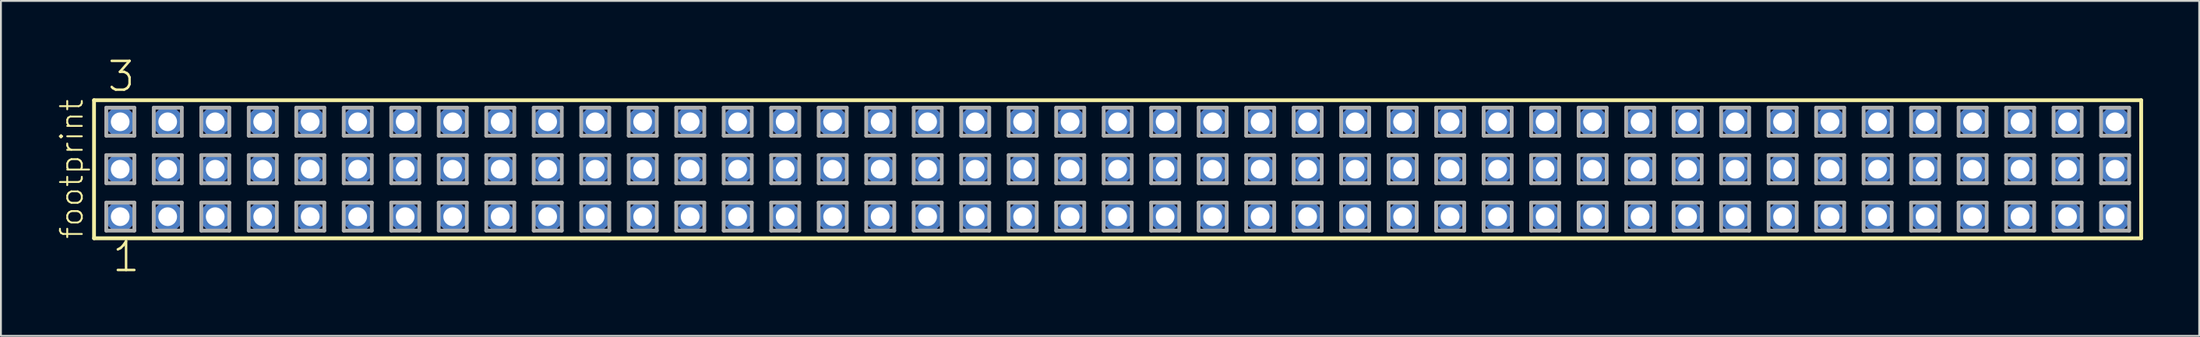
<source format=kicad_pcb>
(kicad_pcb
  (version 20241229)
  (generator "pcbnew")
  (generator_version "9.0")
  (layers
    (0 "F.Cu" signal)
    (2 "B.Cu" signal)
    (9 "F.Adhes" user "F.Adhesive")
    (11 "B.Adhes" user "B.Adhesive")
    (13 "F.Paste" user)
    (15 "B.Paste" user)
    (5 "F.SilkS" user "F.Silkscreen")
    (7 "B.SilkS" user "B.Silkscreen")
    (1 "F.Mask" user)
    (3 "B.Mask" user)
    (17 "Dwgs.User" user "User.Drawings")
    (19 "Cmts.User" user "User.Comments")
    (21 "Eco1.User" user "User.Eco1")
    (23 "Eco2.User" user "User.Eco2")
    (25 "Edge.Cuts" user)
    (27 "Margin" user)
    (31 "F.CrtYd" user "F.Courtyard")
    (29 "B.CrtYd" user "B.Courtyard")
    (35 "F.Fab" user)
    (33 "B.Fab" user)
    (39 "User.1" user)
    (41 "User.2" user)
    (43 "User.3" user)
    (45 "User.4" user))
  (footprint "footprint"
    (layer "F.Cu")
    (at 56.718 6.009)
    (property "Reference" "footprint" (at -55.245 3.81 90) (layer "F.SilkS") (effects (font (size 1.168 1.168) (thickness 0.102)) (justify left bottom)))
    (fp_line (start -54.739 -3.695) (end 54.739 -3.695) (stroke (width 0.203) (type solid)) (layer "F.SilkS"))
    (fp_line (start -54.739 3.695) (end -54.739 -3.695) (stroke (width 0.203) (type solid)) (layer "F.SilkS"))
    (fp_line (start 54.739 -3.695) (end 54.739 3.695) (stroke (width 0.203) (type solid)) (layer "F.SilkS"))
    (fp_line (start 54.739 3.695) (end -54.739 3.695) (stroke (width 0.203) (type solid)) (layer "F.SilkS"))
    (fp_line (start -54.085 -3.295) (end -52.585 -3.295) (stroke (width 0.203) (type solid)) (layer "F.Fab"))
    (fp_line (start -54.085 -1.795) (end -54.085 -3.295) (stroke (width 0.203) (type solid)) (layer "F.Fab"))
    (fp_line (start -54.085 -0.755) (end -52.585 -0.755) (stroke (width 0.203) (type solid)) (layer "F.Fab"))
    (fp_line (start -54.085 0.745) (end -54.085 -0.755) (stroke (width 0.203) (type solid)) (layer "F.Fab"))
    (fp_line (start -54.085 1.785) (end -52.585 1.785) (stroke (width 0.203) (type solid)) (layer "F.Fab"))
    (fp_line (start -54.085 3.285) (end -54.085 1.785) (stroke (width 0.203) (type solid)) (layer "F.Fab"))
    (fp_line (start -52.585 -3.295) (end -52.585 -1.795) (stroke (width 0.203) (type solid)) (layer "F.Fab"))
    (fp_line (start -52.585 -1.795) (end -54.085 -1.795) (stroke (width 0.203) (type solid)) (layer "F.Fab"))
    (fp_line (start -52.585 -0.755) (end -52.585 0.745) (stroke (width 0.203) (type solid)) (layer "F.Fab"))
    (fp_line (start -52.585 0.745) (end -54.085 0.745) (stroke (width 0.203) (type solid)) (layer "F.Fab"))
    (fp_line (start -52.585 1.785) (end -52.585 3.285) (stroke (width 0.203) (type solid)) (layer "F.Fab"))
    (fp_line (start -52.585 3.285) (end -54.085 3.285) (stroke (width 0.203) (type solid)) (layer "F.Fab"))
    (fp_line (start -51.545 -3.295) (end -50.045 -3.295) (stroke (width 0.203) (type solid)) (layer "F.Fab"))
    (fp_line (start -51.545 -1.795) (end -51.545 -3.295) (stroke (width 0.203) (type solid)) (layer "F.Fab"))
    (fp_line (start -51.545 -0.755) (end -50.045 -0.755) (stroke (width 0.203) (type solid)) (layer "F.Fab"))
    (fp_line (start -51.545 0.745) (end -51.545 -0.755) (stroke (width 0.203) (type solid)) (layer "F.Fab"))
    (fp_line (start -51.545 1.785) (end -50.045 1.785) (stroke (width 0.203) (type solid)) (layer "F.Fab"))
    (fp_line (start -51.545 3.285) (end -51.545 1.785) (stroke (width 0.203) (type solid)) (layer "F.Fab"))
    (fp_line (start -50.045 -3.295) (end -50.045 -1.795) (stroke (width 0.203) (type solid)) (layer "F.Fab"))
    (fp_line (start -50.045 -1.795) (end -51.545 -1.795) (stroke (width 0.203) (type solid)) (layer "F.Fab"))
    (fp_line (start -50.045 -0.755) (end -50.045 0.745) (stroke (width 0.203) (type solid)) (layer "F.Fab"))
    (fp_line (start -50.045 0.745) (end -51.545 0.745) (stroke (width 0.203) (type solid)) (layer "F.Fab"))
    (fp_line (start -50.045 1.785) (end -50.045 3.285) (stroke (width 0.203) (type solid)) (layer "F.Fab"))
    (fp_line (start -50.045 3.285) (end -51.545 3.285) (stroke (width 0.203) (type solid)) (layer "F.Fab"))
    (fp_line (start -49.005 -3.295) (end -47.505 -3.295) (stroke (width 0.203) (type solid)) (layer "F.Fab"))
    (fp_line (start -49.005 -1.795) (end -49.005 -3.295) (stroke (width 0.203) (type solid)) (layer "F.Fab"))
    (fp_line (start -49.005 -0.755) (end -47.505 -0.755) (stroke (width 0.203) (type solid)) (layer "F.Fab"))
    (fp_line (start -49.005 0.745) (end -49.005 -0.755) (stroke (width 0.203) (type solid)) (layer "F.Fab"))
    (fp_line (start -49.005 1.785) (end -47.505 1.785) (stroke (width 0.203) (type solid)) (layer "F.Fab"))
    (fp_line (start -49.005 3.285) (end -49.005 1.785) (stroke (width 0.203) (type solid)) (layer "F.Fab"))
    (fp_line (start -47.505 -3.295) (end -47.505 -1.795) (stroke (width 0.203) (type solid)) (layer "F.Fab"))
    (fp_line (start -47.505 -1.795) (end -49.005 -1.795) (stroke (width 0.203) (type solid)) (layer "F.Fab"))
    (fp_line (start -47.505 -0.755) (end -47.505 0.745) (stroke (width 0.203) (type solid)) (layer "F.Fab"))
    (fp_line (start -47.505 0.745) (end -49.005 0.745) (stroke (width 0.203) (type solid)) (layer "F.Fab"))
    (fp_line (start -47.505 1.785) (end -47.505 3.285) (stroke (width 0.203) (type solid)) (layer "F.Fab"))
    (fp_line (start -47.505 3.285) (end -49.005 3.285) (stroke (width 0.203) (type solid)) (layer "F.Fab"))
    (fp_line (start -46.465 -3.295) (end -44.965 -3.295) (stroke (width 0.203) (type solid)) (layer "F.Fab"))
    (fp_line (start -46.465 -1.795) (end -46.465 -3.295) (stroke (width 0.203) (type solid)) (layer "F.Fab"))
    (fp_line (start -46.465 -0.755) (end -44.965 -0.755) (stroke (width 0.203) (type solid)) (layer "F.Fab"))
    (fp_line (start -46.465 0.745) (end -46.465 -0.755) (stroke (width 0.203) (type solid)) (layer "F.Fab"))
    (fp_line (start -46.465 1.785) (end -44.965 1.785) (stroke (width 0.203) (type solid)) (layer "F.Fab"))
    (fp_line (start -46.465 3.285) (end -46.465 1.785) (stroke (width 0.203) (type solid)) (layer "F.Fab"))
    (fp_line (start -44.965 -3.295) (end -44.965 -1.795) (stroke (width 0.203) (type solid)) (layer "F.Fab"))
    (fp_line (start -44.965 -1.795) (end -46.465 -1.795) (stroke (width 0.203) (type solid)) (layer "F.Fab"))
    (fp_line (start -44.965 -0.755) (end -44.965 0.745) (stroke (width 0.203) (type solid)) (layer "F.Fab"))
    (fp_line (start -44.965 0.745) (end -46.465 0.745) (stroke (width 0.203) (type solid)) (layer "F.Fab"))
    (fp_line (start -44.965 1.785) (end -44.965 3.285) (stroke (width 0.203) (type solid)) (layer "F.Fab"))
    (fp_line (start -44.965 3.285) (end -46.465 3.285) (stroke (width 0.203) (type solid)) (layer "F.Fab"))
    (fp_line (start -43.925 -3.295) (end -42.425 -3.295) (stroke (width 0.203) (type solid)) (layer "F.Fab"))
    (fp_line (start -43.925 -1.795) (end -43.925 -3.295) (stroke (width 0.203) (type solid)) (layer "F.Fab"))
    (fp_line (start -43.925 -0.755) (end -42.425 -0.755) (stroke (width 0.203) (type solid)) (layer "F.Fab"))
    (fp_line (start -43.925 0.745) (end -43.925 -0.755) (stroke (width 0.203) (type solid)) (layer "F.Fab"))
    (fp_line (start -43.925 1.785) (end -42.425 1.785) (stroke (width 0.203) (type solid)) (layer "F.Fab"))
    (fp_line (start -43.925 3.285) (end -43.925 1.785) (stroke (width 0.203) (type solid)) (layer "F.Fab"))
    (fp_line (start -42.425 -3.295) (end -42.425 -1.795) (stroke (width 0.203) (type solid)) (layer "F.Fab"))
    (fp_line (start -42.425 -1.795) (end -43.925 -1.795) (stroke (width 0.203) (type solid)) (layer "F.Fab"))
    (fp_line (start -42.425 -0.755) (end -42.425 0.745) (stroke (width 0.203) (type solid)) (layer "F.Fab"))
    (fp_line (start -42.425 0.745) (end -43.925 0.745) (stroke (width 0.203) (type solid)) (layer "F.Fab"))
    (fp_line (start -42.425 1.785) (end -42.425 3.285) (stroke (width 0.203) (type solid)) (layer "F.Fab"))
    (fp_line (start -42.425 3.285) (end -43.925 3.285) (stroke (width 0.203) (type solid)) (layer "F.Fab"))
    (fp_line (start -41.385 -3.295) (end -39.885 -3.295) (stroke (width 0.203) (type solid)) (layer "F.Fab"))
    (fp_line (start -41.385 -1.795) (end -41.385 -3.295) (stroke (width 0.203) (type solid)) (layer "F.Fab"))
    (fp_line (start -41.385 -0.755) (end -39.885 -0.755) (stroke (width 0.203) (type solid)) (layer "F.Fab"))
    (fp_line (start -41.385 0.745) (end -41.385 -0.755) (stroke (width 0.203) (type solid)) (layer "F.Fab"))
    (fp_line (start -41.385 1.785) (end -39.885 1.785) (stroke (width 0.203) (type solid)) (layer "F.Fab"))
    (fp_line (start -41.385 3.285) (end -41.385 1.785) (stroke (width 0.203) (type solid)) (layer "F.Fab"))
    (fp_line (start -39.885 -3.295) (end -39.885 -1.795) (stroke (width 0.203) (type solid)) (layer "F.Fab"))
    (fp_line (start -39.885 -1.795) (end -41.385 -1.795) (stroke (width 0.203) (type solid)) (layer "F.Fab"))
    (fp_line (start -39.885 -0.755) (end -39.885 0.745) (stroke (width 0.203) (type solid)) (layer "F.Fab"))
    (fp_line (start -39.885 0.745) (end -41.385 0.745) (stroke (width 0.203) (type solid)) (layer "F.Fab"))
    (fp_line (start -39.885 1.785) (end -39.885 3.285) (stroke (width 0.203) (type solid)) (layer "F.Fab"))
    (fp_line (start -39.885 3.285) (end -41.385 3.285) (stroke (width 0.203) (type solid)) (layer "F.Fab"))
    (fp_line (start -38.845 -3.295) (end -37.345 -3.295) (stroke (width 0.203) (type solid)) (layer "F.Fab"))
    (fp_line (start -38.845 -1.795) (end -38.845 -3.295) (stroke (width 0.203) (type solid)) (layer "F.Fab"))
    (fp_line (start -38.845 -0.755) (end -37.345 -0.755) (stroke (width 0.203) (type solid)) (layer "F.Fab"))
    (fp_line (start -38.845 0.745) (end -38.845 -0.755) (stroke (width 0.203) (type solid)) (layer "F.Fab"))
    (fp_line (start -38.845 1.785) (end -37.345 1.785) (stroke (width 0.203) (type solid)) (layer "F.Fab"))
    (fp_line (start -38.845 3.285) (end -38.845 1.785) (stroke (width 0.203) (type solid)) (layer "F.Fab"))
    (fp_line (start -37.345 -3.295) (end -37.345 -1.795) (stroke (width 0.203) (type solid)) (layer "F.Fab"))
    (fp_line (start -37.345 -1.795) (end -38.845 -1.795) (stroke (width 0.203) (type solid)) (layer "F.Fab"))
    (fp_line (start -37.345 -0.755) (end -37.345 0.745) (stroke (width 0.203) (type solid)) (layer "F.Fab"))
    (fp_line (start -37.345 0.745) (end -38.845 0.745) (stroke (width 0.203) (type solid)) (layer "F.Fab"))
    (fp_line (start -37.345 1.785) (end -37.345 3.285) (stroke (width 0.203) (type solid)) (layer "F.Fab"))
    (fp_line (start -37.345 3.285) (end -38.845 3.285) (stroke (width 0.203) (type solid)) (layer "F.Fab"))
    (fp_line (start -36.305 -3.295) (end -34.805 -3.295) (stroke (width 0.203) (type solid)) (layer "F.Fab"))
    (fp_line (start -36.305 -1.795) (end -36.305 -3.295) (stroke (width 0.203) (type solid)) (layer "F.Fab"))
    (fp_line (start -36.305 -0.755) (end -34.805 -0.755) (stroke (width 0.203) (type solid)) (layer "F.Fab"))
    (fp_line (start -36.305 0.745) (end -36.305 -0.755) (stroke (width 0.203) (type solid)) (layer "F.Fab"))
    (fp_line (start -36.305 1.785) (end -34.805 1.785) (stroke (width 0.203) (type solid)) (layer "F.Fab"))
    (fp_line (start -36.305 3.285) (end -36.305 1.785) (stroke (width 0.203) (type solid)) (layer "F.Fab"))
    (fp_line (start -34.805 -3.295) (end -34.805 -1.795) (stroke (width 0.203) (type solid)) (layer "F.Fab"))
    (fp_line (start -34.805 -1.795) (end -36.305 -1.795) (stroke (width 0.203) (type solid)) (layer "F.Fab"))
    (fp_line (start -34.805 -0.755) (end -34.805 0.745) (stroke (width 0.203) (type solid)) (layer "F.Fab"))
    (fp_line (start -34.805 0.745) (end -36.305 0.745) (stroke (width 0.203) (type solid)) (layer "F.Fab"))
    (fp_line (start -34.805 1.785) (end -34.805 3.285) (stroke (width 0.203) (type solid)) (layer "F.Fab"))
    (fp_line (start -34.805 3.285) (end -36.305 3.285) (stroke (width 0.203) (type solid)) (layer "F.Fab"))
    (fp_line (start -33.765 -3.295) (end -32.265 -3.295) (stroke (width 0.203) (type solid)) (layer "F.Fab"))
    (fp_line (start -33.765 -1.795) (end -33.765 -3.295) (stroke (width 0.203) (type solid)) (layer "F.Fab"))
    (fp_line (start -33.765 -0.755) (end -32.265 -0.755) (stroke (width 0.203) (type solid)) (layer "F.Fab"))
    (fp_line (start -33.765 0.745) (end -33.765 -0.755) (stroke (width 0.203) (type solid)) (layer "F.Fab"))
    (fp_line (start -33.765 1.785) (end -32.265 1.785) (stroke (width 0.203) (type solid)) (layer "F.Fab"))
    (fp_line (start -33.765 3.285) (end -33.765 1.785) (stroke (width 0.203) (type solid)) (layer "F.Fab"))
    (fp_line (start -32.265 -3.295) (end -32.265 -1.795) (stroke (width 0.203) (type solid)) (layer "F.Fab"))
    (fp_line (start -32.265 -1.795) (end -33.765 -1.795) (stroke (width 0.203) (type solid)) (layer "F.Fab"))
    (fp_line (start -32.265 -0.755) (end -32.265 0.745) (stroke (width 0.203) (type solid)) (layer "F.Fab"))
    (fp_line (start -32.265 0.745) (end -33.765 0.745) (stroke (width 0.203) (type solid)) (layer "F.Fab"))
    (fp_line (start -32.265 1.785) (end -32.265 3.285) (stroke (width 0.203) (type solid)) (layer "F.Fab"))
    (fp_line (start -32.265 3.285) (end -33.765 3.285) (stroke (width 0.203) (type solid)) (layer "F.Fab"))
    (fp_line (start -31.225 -3.295) (end -29.725 -3.295) (stroke (width 0.203) (type solid)) (layer "F.Fab"))
    (fp_line (start -31.225 -1.795) (end -31.225 -3.295) (stroke (width 0.203) (type solid)) (layer "F.Fab"))
    (fp_line (start -31.225 -0.755) (end -29.725 -0.755) (stroke (width 0.203) (type solid)) (layer "F.Fab"))
    (fp_line (start -31.225 0.745) (end -31.225 -0.755) (stroke (width 0.203) (type solid)) (layer "F.Fab"))
    (fp_line (start -31.225 1.785) (end -29.725 1.785) (stroke (width 0.203) (type solid)) (layer "F.Fab"))
    (fp_line (start -31.225 3.285) (end -31.225 1.785) (stroke (width 0.203) (type solid)) (layer "F.Fab"))
    (fp_line (start -29.725 -3.295) (end -29.725 -1.795) (stroke (width 0.203) (type solid)) (layer "F.Fab"))
    (fp_line (start -29.725 -1.795) (end -31.225 -1.795) (stroke (width 0.203) (type solid)) (layer "F.Fab"))
    (fp_line (start -29.725 -0.755) (end -29.725 0.745) (stroke (width 0.203) (type solid)) (layer "F.Fab"))
    (fp_line (start -29.725 0.745) (end -31.225 0.745) (stroke (width 0.203) (type solid)) (layer "F.Fab"))
    (fp_line (start -29.725 1.785) (end -29.725 3.285) (stroke (width 0.203) (type solid)) (layer "F.Fab"))
    (fp_line (start -29.725 3.285) (end -31.225 3.285) (stroke (width 0.203) (type solid)) (layer "F.Fab"))
    (fp_line (start -28.685 -3.295) (end -27.185 -3.295) (stroke (width 0.203) (type solid)) (layer "F.Fab"))
    (fp_line (start -28.685 -1.795) (end -28.685 -3.295) (stroke (width 0.203) (type solid)) (layer "F.Fab"))
    (fp_line (start -28.685 -0.755) (end -27.185 -0.755) (stroke (width 0.203) (type solid)) (layer "F.Fab"))
    (fp_line (start -28.685 0.745) (end -28.685 -0.755) (stroke (width 0.203) (type solid)) (layer "F.Fab"))
    (fp_line (start -28.685 1.785) (end -27.185 1.785) (stroke (width 0.203) (type solid)) (layer "F.Fab"))
    (fp_line (start -28.685 3.285) (end -28.685 1.785) (stroke (width 0.203) (type solid)) (layer "F.Fab"))
    (fp_line (start -27.185 -3.295) (end -27.185 -1.795) (stroke (width 0.203) (type solid)) (layer "F.Fab"))
    (fp_line (start -27.185 -1.795) (end -28.685 -1.795) (stroke (width 0.203) (type solid)) (layer "F.Fab"))
    (fp_line (start -27.185 -0.755) (end -27.185 0.745) (stroke (width 0.203) (type solid)) (layer "F.Fab"))
    (fp_line (start -27.185 0.745) (end -28.685 0.745) (stroke (width 0.203) (type solid)) (layer "F.Fab"))
    (fp_line (start -27.185 1.785) (end -27.185 3.285) (stroke (width 0.203) (type solid)) (layer "F.Fab"))
    (fp_line (start -27.185 3.285) (end -28.685 3.285) (stroke (width 0.203) (type solid)) (layer "F.Fab"))
    (fp_line (start -26.145 -3.295) (end -24.645 -3.295) (stroke (width 0.203) (type solid)) (layer "F.Fab"))
    (fp_line (start -26.145 -1.795) (end -26.145 -3.295) (stroke (width 0.203) (type solid)) (layer "F.Fab"))
    (fp_line (start -26.145 -0.755) (end -24.645 -0.755) (stroke (width 0.203) (type solid)) (layer "F.Fab"))
    (fp_line (start -26.145 0.745) (end -26.145 -0.755) (stroke (width 0.203) (type solid)) (layer "F.Fab"))
    (fp_line (start -26.145 1.785) (end -24.645 1.785) (stroke (width 0.203) (type solid)) (layer "F.Fab"))
    (fp_line (start -26.145 3.285) (end -26.145 1.785) (stroke (width 0.203) (type solid)) (layer "F.Fab"))
    (fp_line (start -24.645 -3.295) (end -24.645 -1.795) (stroke (width 0.203) (type solid)) (layer "F.Fab"))
    (fp_line (start -24.645 -1.795) (end -26.145 -1.795) (stroke (width 0.203) (type solid)) (layer "F.Fab"))
    (fp_line (start -24.645 -0.755) (end -24.645 0.745) (stroke (width 0.203) (type solid)) (layer "F.Fab"))
    (fp_line (start -24.645 0.745) (end -26.145 0.745) (stroke (width 0.203) (type solid)) (layer "F.Fab"))
    (fp_line (start -24.645 1.785) (end -24.645 3.285) (stroke (width 0.203) (type solid)) (layer "F.Fab"))
    (fp_line (start -24.645 3.285) (end -26.145 3.285) (stroke (width 0.203) (type solid)) (layer "F.Fab"))
    (fp_line (start -23.605 -3.295) (end -22.105 -3.295) (stroke (width 0.203) (type solid)) (layer "F.Fab"))
    (fp_line (start -23.605 -1.795) (end -23.605 -3.295) (stroke (width 0.203) (type solid)) (layer "F.Fab"))
    (fp_line (start -23.605 -0.755) (end -22.105 -0.755) (stroke (width 0.203) (type solid)) (layer "F.Fab"))
    (fp_line (start -23.605 0.745) (end -23.605 -0.755) (stroke (width 0.203) (type solid)) (layer "F.Fab"))
    (fp_line (start -23.605 1.785) (end -22.105 1.785) (stroke (width 0.203) (type solid)) (layer "F.Fab"))
    (fp_line (start -23.605 3.285) (end -23.605 1.785) (stroke (width 0.203) (type solid)) (layer "F.Fab"))
    (fp_line (start -22.105 -3.295) (end -22.105 -1.795) (stroke (width 0.203) (type solid)) (layer "F.Fab"))
    (fp_line (start -22.105 -1.795) (end -23.605 -1.795) (stroke (width 0.203) (type solid)) (layer "F.Fab"))
    (fp_line (start -22.105 -0.755) (end -22.105 0.745) (stroke (width 0.203) (type solid)) (layer "F.Fab"))
    (fp_line (start -22.105 0.745) (end -23.605 0.745) (stroke (width 0.203) (type solid)) (layer "F.Fab"))
    (fp_line (start -22.105 1.785) (end -22.105 3.285) (stroke (width 0.203) (type solid)) (layer "F.Fab"))
    (fp_line (start -22.105 3.285) (end -23.605 3.285) (stroke (width 0.203) (type solid)) (layer "F.Fab"))
    (fp_line (start -21.065 -3.295) (end -19.565 -3.295) (stroke (width 0.203) (type solid)) (layer "F.Fab"))
    (fp_line (start -21.065 -1.795) (end -21.065 -3.295) (stroke (width 0.203) (type solid)) (layer "F.Fab"))
    (fp_line (start -21.065 -0.755) (end -19.565 -0.755) (stroke (width 0.203) (type solid)) (layer "F.Fab"))
    (fp_line (start -21.065 0.745) (end -21.065 -0.755) (stroke (width 0.203) (type solid)) (layer "F.Fab"))
    (fp_line (start -21.065 1.785) (end -19.565 1.785) (stroke (width 0.203) (type solid)) (layer "F.Fab"))
    (fp_line (start -21.065 3.285) (end -21.065 1.785) (stroke (width 0.203) (type solid)) (layer "F.Fab"))
    (fp_line (start -19.565 -3.295) (end -19.565 -1.795) (stroke (width 0.203) (type solid)) (layer "F.Fab"))
    (fp_line (start -19.565 -1.795) (end -21.065 -1.795) (stroke (width 0.203) (type solid)) (layer "F.Fab"))
    (fp_line (start -19.565 -0.755) (end -19.565 0.745) (stroke (width 0.203) (type solid)) (layer "F.Fab"))
    (fp_line (start -19.565 0.745) (end -21.065 0.745) (stroke (width 0.203) (type solid)) (layer "F.Fab"))
    (fp_line (start -19.565 1.785) (end -19.565 3.285) (stroke (width 0.203) (type solid)) (layer "F.Fab"))
    (fp_line (start -19.565 3.285) (end -21.065 3.285) (stroke (width 0.203) (type solid)) (layer "F.Fab"))
    (fp_line (start -18.525 -3.295) (end -17.025 -3.295) (stroke (width 0.203) (type solid)) (layer "F.Fab"))
    (fp_line (start -18.525 -1.795) (end -18.525 -3.295) (stroke (width 0.203) (type solid)) (layer "F.Fab"))
    (fp_line (start -18.525 -0.755) (end -17.025 -0.755) (stroke (width 0.203) (type solid)) (layer "F.Fab"))
    (fp_line (start -18.525 0.745) (end -18.525 -0.755) (stroke (width 0.203) (type solid)) (layer "F.Fab"))
    (fp_line (start -18.525 1.785) (end -17.025 1.785) (stroke (width 0.203) (type solid)) (layer "F.Fab"))
    (fp_line (start -18.525 3.285) (end -18.525 1.785) (stroke (width 0.203) (type solid)) (layer "F.Fab"))
    (fp_line (start -17.025 -3.295) (end -17.025 -1.795) (stroke (width 0.203) (type solid)) (layer "F.Fab"))
    (fp_line (start -17.025 -1.795) (end -18.525 -1.795) (stroke (width 0.203) (type solid)) (layer "F.Fab"))
    (fp_line (start -17.025 -0.755) (end -17.025 0.745) (stroke (width 0.203) (type solid)) (layer "F.Fab"))
    (fp_line (start -17.025 0.745) (end -18.525 0.745) (stroke (width 0.203) (type solid)) (layer "F.Fab"))
    (fp_line (start -17.025 1.785) (end -17.025 3.285) (stroke (width 0.203) (type solid)) (layer "F.Fab"))
    (fp_line (start -17.025 3.285) (end -18.525 3.285) (stroke (width 0.203) (type solid)) (layer "F.Fab"))
    (fp_line (start -15.985 -3.295) (end -14.485 -3.295) (stroke (width 0.203) (type solid)) (layer "F.Fab"))
    (fp_line (start -15.985 -1.795) (end -15.985 -3.295) (stroke (width 0.203) (type solid)) (layer "F.Fab"))
    (fp_line (start -15.985 -0.755) (end -14.485 -0.755) (stroke (width 0.203) (type solid)) (layer "F.Fab"))
    (fp_line (start -15.985 0.745) (end -15.985 -0.755) (stroke (width 0.203) (type solid)) (layer "F.Fab"))
    (fp_line (start -15.985 1.785) (end -14.485 1.785) (stroke (width 0.203) (type solid)) (layer "F.Fab"))
    (fp_line (start -15.985 3.285) (end -15.985 1.785) (stroke (width 0.203) (type solid)) (layer "F.Fab"))
    (fp_line (start -14.485 -3.295) (end -14.485 -1.795) (stroke (width 0.203) (type solid)) (layer "F.Fab"))
    (fp_line (start -14.485 -1.795) (end -15.985 -1.795) (stroke (width 0.203) (type solid)) (layer "F.Fab"))
    (fp_line (start -14.485 -0.755) (end -14.485 0.745) (stroke (width 0.203) (type solid)) (layer "F.Fab"))
    (fp_line (start -14.485 0.745) (end -15.985 0.745) (stroke (width 0.203) (type solid)) (layer "F.Fab"))
    (fp_line (start -14.485 1.785) (end -14.485 3.285) (stroke (width 0.203) (type solid)) (layer "F.Fab"))
    (fp_line (start -14.485 3.285) (end -15.985 3.285) (stroke (width 0.203) (type solid)) (layer "F.Fab"))
    (fp_line (start -13.445 -3.295) (end -11.945 -3.295) (stroke (width 0.203) (type solid)) (layer "F.Fab"))
    (fp_line (start -13.445 -1.795) (end -13.445 -3.295) (stroke (width 0.203) (type solid)) (layer "F.Fab"))
    (fp_line (start -13.445 -0.755) (end -11.945 -0.755) (stroke (width 0.203) (type solid)) (layer "F.Fab"))
    (fp_line (start -13.445 0.745) (end -13.445 -0.755) (stroke (width 0.203) (type solid)) (layer "F.Fab"))
    (fp_line (start -13.445 1.785) (end -11.945 1.785) (stroke (width 0.203) (type solid)) (layer "F.Fab"))
    (fp_line (start -13.445 3.285) (end -13.445 1.785) (stroke (width 0.203) (type solid)) (layer "F.Fab"))
    (fp_line (start -11.945 -3.295) (end -11.945 -1.795) (stroke (width 0.203) (type solid)) (layer "F.Fab"))
    (fp_line (start -11.945 -1.795) (end -13.445 -1.795) (stroke (width 0.203) (type solid)) (layer "F.Fab"))
    (fp_line (start -11.945 -0.755) (end -11.945 0.745) (stroke (width 0.203) (type solid)) (layer "F.Fab"))
    (fp_line (start -11.945 0.745) (end -13.445 0.745) (stroke (width 0.203) (type solid)) (layer "F.Fab"))
    (fp_line (start -11.945 1.785) (end -11.945 3.285) (stroke (width 0.203) (type solid)) (layer "F.Fab"))
    (fp_line (start -11.945 3.285) (end -13.445 3.285) (stroke (width 0.203) (type solid)) (layer "F.Fab"))
    (fp_line (start -10.905 -3.295) (end -9.405 -3.295) (stroke (width 0.203) (type solid)) (layer "F.Fab"))
    (fp_line (start -10.905 -1.795) (end -10.905 -3.295) (stroke (width 0.203) (type solid)) (layer "F.Fab"))
    (fp_line (start -10.905 -0.755) (end -9.405 -0.755) (stroke (width 0.203) (type solid)) (layer "F.Fab"))
    (fp_line (start -10.905 0.745) (end -10.905 -0.755) (stroke (width 0.203) (type solid)) (layer "F.Fab"))
    (fp_line (start -10.905 1.785) (end -9.405 1.785) (stroke (width 0.203) (type solid)) (layer "F.Fab"))
    (fp_line (start -10.905 3.285) (end -10.905 1.785) (stroke (width 0.203) (type solid)) (layer "F.Fab"))
    (fp_line (start -9.405 -3.295) (end -9.405 -1.795) (stroke (width 0.203) (type solid)) (layer "F.Fab"))
    (fp_line (start -9.405 -1.795) (end -10.905 -1.795) (stroke (width 0.203) (type solid)) (layer "F.Fab"))
    (fp_line (start -9.405 -0.755) (end -9.405 0.745) (stroke (width 0.203) (type solid)) (layer "F.Fab"))
    (fp_line (start -9.405 0.745) (end -10.905 0.745) (stroke (width 0.203) (type solid)) (layer "F.Fab"))
    (fp_line (start -9.405 1.785) (end -9.405 3.285) (stroke (width 0.203) (type solid)) (layer "F.Fab"))
    (fp_line (start -9.405 3.285) (end -10.905 3.285) (stroke (width 0.203) (type solid)) (layer "F.Fab"))
    (fp_line (start -8.365 -3.295) (end -6.865 -3.295) (stroke (width 0.203) (type solid)) (layer "F.Fab"))
    (fp_line (start -8.365 -1.795) (end -8.365 -3.295) (stroke (width 0.203) (type solid)) (layer "F.Fab"))
    (fp_line (start -8.365 -0.755) (end -6.865 -0.755) (stroke (width 0.203) (type solid)) (layer "F.Fab"))
    (fp_line (start -8.365 0.745) (end -8.365 -0.755) (stroke (width 0.203) (type solid)) (layer "F.Fab"))
    (fp_line (start -8.365 1.785) (end -6.865 1.785) (stroke (width 0.203) (type solid)) (layer "F.Fab"))
    (fp_line (start -8.365 3.285) (end -8.365 1.785) (stroke (width 0.203) (type solid)) (layer "F.Fab"))
    (fp_line (start -6.865 -3.295) (end -6.865 -1.795) (stroke (width 0.203) (type solid)) (layer "F.Fab"))
    (fp_line (start -6.865 -1.795) (end -8.365 -1.795) (stroke (width 0.203) (type solid)) (layer "F.Fab"))
    (fp_line (start -6.865 -0.755) (end -6.865 0.745) (stroke (width 0.203) (type solid)) (layer "F.Fab"))
    (fp_line (start -6.865 0.745) (end -8.365 0.745) (stroke (width 0.203) (type solid)) (layer "F.Fab"))
    (fp_line (start -6.865 1.785) (end -6.865 3.285) (stroke (width 0.203) (type solid)) (layer "F.Fab"))
    (fp_line (start -6.865 3.285) (end -8.365 3.285) (stroke (width 0.203) (type solid)) (layer "F.Fab"))
    (fp_line (start -5.825 -3.295) (end -4.325 -3.295) (stroke (width 0.203) (type solid)) (layer "F.Fab"))
    (fp_line (start -5.825 -1.795) (end -5.825 -3.295) (stroke (width 0.203) (type solid)) (layer "F.Fab"))
    (fp_line (start -5.825 -0.755) (end -4.325 -0.755) (stroke (width 0.203) (type solid)) (layer "F.Fab"))
    (fp_line (start -5.825 0.745) (end -5.825 -0.755) (stroke (width 0.203) (type solid)) (layer "F.Fab"))
    (fp_line (start -5.825 1.785) (end -4.325 1.785) (stroke (width 0.203) (type solid)) (layer "F.Fab"))
    (fp_line (start -5.825 3.285) (end -5.825 1.785) (stroke (width 0.203) (type solid)) (layer "F.Fab"))
    (fp_line (start -4.325 -3.295) (end -4.325 -1.795) (stroke (width 0.203) (type solid)) (layer "F.Fab"))
    (fp_line (start -4.325 -1.795) (end -5.825 -1.795) (stroke (width 0.203) (type solid)) (layer "F.Fab"))
    (fp_line (start -4.325 -0.755) (end -4.325 0.745) (stroke (width 0.203) (type solid)) (layer "F.Fab"))
    (fp_line (start -4.325 0.745) (end -5.825 0.745) (stroke (width 0.203) (type solid)) (layer "F.Fab"))
    (fp_line (start -4.325 1.785) (end -4.325 3.285) (stroke (width 0.203) (type solid)) (layer "F.Fab"))
    (fp_line (start -4.325 3.285) (end -5.825 3.285) (stroke (width 0.203) (type solid)) (layer "F.Fab"))
    (fp_line (start -3.285 -3.295) (end -1.785 -3.295) (stroke (width 0.203) (type solid)) (layer "F.Fab"))
    (fp_line (start -3.285 -1.795) (end -3.285 -3.295) (stroke (width 0.203) (type solid)) (layer "F.Fab"))
    (fp_line (start -3.285 -0.755) (end -1.785 -0.755) (stroke (width 0.203) (type solid)) (layer "F.Fab"))
    (fp_line (start -3.285 0.745) (end -3.285 -0.755) (stroke (width 0.203) (type solid)) (layer "F.Fab"))
    (fp_line (start -3.285 1.785) (end -1.785 1.785) (stroke (width 0.203) (type solid)) (layer "F.Fab"))
    (fp_line (start -3.285 3.285) (end -3.285 1.785) (stroke (width 0.203) (type solid)) (layer "F.Fab"))
    (fp_line (start -1.785 -3.295) (end -1.785 -1.795) (stroke (width 0.203) (type solid)) (layer "F.Fab"))
    (fp_line (start -1.785 -1.795) (end -3.285 -1.795) (stroke (width 0.203) (type solid)) (layer "F.Fab"))
    (fp_line (start -1.785 -0.755) (end -1.785 0.745) (stroke (width 0.203) (type solid)) (layer "F.Fab"))
    (fp_line (start -1.785 0.745) (end -3.285 0.745) (stroke (width 0.203) (type solid)) (layer "F.Fab"))
    (fp_line (start -1.785 1.785) (end -1.785 3.285) (stroke (width 0.203) (type solid)) (layer "F.Fab"))
    (fp_line (start -1.785 3.285) (end -3.285 3.285) (stroke (width 0.203) (type solid)) (layer "F.Fab"))
    (fp_line (start -0.745 -3.295) (end 0.755 -3.295) (stroke (width 0.203) (type solid)) (layer "F.Fab"))
    (fp_line (start -0.745 -1.795) (end -0.745 -3.295) (stroke (width 0.203) (type solid)) (layer "F.Fab"))
    (fp_line (start -0.745 -0.755) (end 0.755 -0.755) (stroke (width 0.203) (type solid)) (layer "F.Fab"))
    (fp_line (start -0.745 0.745) (end -0.745 -0.755) (stroke (width 0.203) (type solid)) (layer "F.Fab"))
    (fp_line (start -0.745 1.785) (end 0.755 1.785) (stroke (width 0.203) (type solid)) (layer "F.Fab"))
    (fp_line (start -0.745 3.285) (end -0.745 1.785) (stroke (width 0.203) (type solid)) (layer "F.Fab"))
    (fp_line (start 0.755 -3.295) (end 0.755 -1.795) (stroke (width 0.203) (type solid)) (layer "F.Fab"))
    (fp_line (start 0.755 -1.795) (end -0.745 -1.795) (stroke (width 0.203) (type solid)) (layer "F.Fab"))
    (fp_line (start 0.755 -0.755) (end 0.755 0.745) (stroke (width 0.203) (type solid)) (layer "F.Fab"))
    (fp_line (start 0.755 0.745) (end -0.745 0.745) (stroke (width 0.203) (type solid)) (layer "F.Fab"))
    (fp_line (start 0.755 1.785) (end 0.755 3.285) (stroke (width 0.203) (type solid)) (layer "F.Fab"))
    (fp_line (start 0.755 3.285) (end -0.745 3.285) (stroke (width 0.203) (type solid)) (layer "F.Fab"))
    (fp_line (start 1.795 -3.295) (end 3.295 -3.295) (stroke (width 0.203) (type solid)) (layer "F.Fab"))
    (fp_line (start 1.795 -1.795) (end 1.795 -3.295) (stroke (width 0.203) (type solid)) (layer "F.Fab"))
    (fp_line (start 1.795 -0.755) (end 3.295 -0.755) (stroke (width 0.203) (type solid)) (layer "F.Fab"))
    (fp_line (start 1.795 0.745) (end 1.795 -0.755) (stroke (width 0.203) (type solid)) (layer "F.Fab"))
    (fp_line (start 1.795 1.785) (end 3.295 1.785) (stroke (width 0.203) (type solid)) (layer "F.Fab"))
    (fp_line (start 1.795 3.285) (end 1.795 1.785) (stroke (width 0.203) (type solid)) (layer "F.Fab"))
    (fp_line (start 3.295 -3.295) (end 3.295 -1.795) (stroke (width 0.203) (type solid)) (layer "F.Fab"))
    (fp_line (start 3.295 -1.795) (end 1.795 -1.795) (stroke (width 0.203) (type solid)) (layer "F.Fab"))
    (fp_line (start 3.295 -0.755) (end 3.295 0.745) (stroke (width 0.203) (type solid)) (layer "F.Fab"))
    (fp_line (start 3.295 0.745) (end 1.795 0.745) (stroke (width 0.203) (type solid)) (layer "F.Fab"))
    (fp_line (start 3.295 1.785) (end 3.295 3.285) (stroke (width 0.203) (type solid)) (layer "F.Fab"))
    (fp_line (start 3.295 3.285) (end 1.795 3.285) (stroke (width 0.203) (type solid)) (layer "F.Fab"))
    (fp_line (start 4.335 -3.295) (end 5.835 -3.295) (stroke (width 0.203) (type solid)) (layer "F.Fab"))
    (fp_line (start 4.335 -1.795) (end 4.335 -3.295) (stroke (width 0.203) (type solid)) (layer "F.Fab"))
    (fp_line (start 4.335 -0.755) (end 5.835 -0.755) (stroke (width 0.203) (type solid)) (layer "F.Fab"))
    (fp_line (start 4.335 0.745) (end 4.335 -0.755) (stroke (width 0.203) (type solid)) (layer "F.Fab"))
    (fp_line (start 4.335 1.785) (end 5.835 1.785) (stroke (width 0.203) (type solid)) (layer "F.Fab"))
    (fp_line (start 4.335 3.285) (end 4.335 1.785) (stroke (width 0.203) (type solid)) (layer "F.Fab"))
    (fp_line (start 5.835 -3.295) (end 5.835 -1.795) (stroke (width 0.203) (type solid)) (layer "F.Fab"))
    (fp_line (start 5.835 -1.795) (end 4.335 -1.795) (stroke (width 0.203) (type solid)) (layer "F.Fab"))
    (fp_line (start 5.835 -0.755) (end 5.835 0.745) (stroke (width 0.203) (type solid)) (layer "F.Fab"))
    (fp_line (start 5.835 0.745) (end 4.335 0.745) (stroke (width 0.203) (type solid)) (layer "F.Fab"))
    (fp_line (start 5.835 1.785) (end 5.835 3.285) (stroke (width 0.203) (type solid)) (layer "F.Fab"))
    (fp_line (start 5.835 3.285) (end 4.335 3.285) (stroke (width 0.203) (type solid)) (layer "F.Fab"))
    (fp_line (start 6.875 -3.295) (end 8.375 -3.295) (stroke (width 0.203) (type solid)) (layer "F.Fab"))
    (fp_line (start 6.875 -1.795) (end 6.875 -3.295) (stroke (width 0.203) (type solid)) (layer "F.Fab"))
    (fp_line (start 6.875 -0.755) (end 8.375 -0.755) (stroke (width 0.203) (type solid)) (layer "F.Fab"))
    (fp_line (start 6.875 0.745) (end 6.875 -0.755) (stroke (width 0.203) (type solid)) (layer "F.Fab"))
    (fp_line (start 6.875 1.785) (end 8.375 1.785) (stroke (width 0.203) (type solid)) (layer "F.Fab"))
    (fp_line (start 6.875 3.285) (end 6.875 1.785) (stroke (width 0.203) (type solid)) (layer "F.Fab"))
    (fp_line (start 8.375 -3.295) (end 8.375 -1.795) (stroke (width 0.203) (type solid)) (layer "F.Fab"))
    (fp_line (start 8.375 -1.795) (end 6.875 -1.795) (stroke (width 0.203) (type solid)) (layer "F.Fab"))
    (fp_line (start 8.375 -0.755) (end 8.375 0.745) (stroke (width 0.203) (type solid)) (layer "F.Fab"))
    (fp_line (start 8.375 0.745) (end 6.875 0.745) (stroke (width 0.203) (type solid)) (layer "F.Fab"))
    (fp_line (start 8.375 1.785) (end 8.375 3.285) (stroke (width 0.203) (type solid)) (layer "F.Fab"))
    (fp_line (start 8.375 3.285) (end 6.875 3.285) (stroke (width 0.203) (type solid)) (layer "F.Fab"))
    (fp_line (start 9.415 -3.295) (end 10.915 -3.295) (stroke (width 0.203) (type solid)) (layer "F.Fab"))
    (fp_line (start 9.415 -1.795) (end 9.415 -3.295) (stroke (width 0.203) (type solid)) (layer "F.Fab"))
    (fp_line (start 9.415 -0.755) (end 10.915 -0.755) (stroke (width 0.203) (type solid)) (layer "F.Fab"))
    (fp_line (start 9.415 0.745) (end 9.415 -0.755) (stroke (width 0.203) (type solid)) (layer "F.Fab"))
    (fp_line (start 9.415 1.785) (end 10.915 1.785) (stroke (width 0.203) (type solid)) (layer "F.Fab"))
    (fp_line (start 9.415 3.285) (end 9.415 1.785) (stroke (width 0.203) (type solid)) (layer "F.Fab"))
    (fp_line (start 10.915 -3.295) (end 10.915 -1.795) (stroke (width 0.203) (type solid)) (layer "F.Fab"))
    (fp_line (start 10.915 -1.795) (end 9.415 -1.795) (stroke (width 0.203) (type solid)) (layer "F.Fab"))
    (fp_line (start 10.915 -0.755) (end 10.915 0.745) (stroke (width 0.203) (type solid)) (layer "F.Fab"))
    (fp_line (start 10.915 0.745) (end 9.415 0.745) (stroke (width 0.203) (type solid)) (layer "F.Fab"))
    (fp_line (start 10.915 1.785) (end 10.915 3.285) (stroke (width 0.203) (type solid)) (layer "F.Fab"))
    (fp_line (start 10.915 3.285) (end 9.415 3.285) (stroke (width 0.203) (type solid)) (layer "F.Fab"))
    (fp_line (start 11.955 -3.295) (end 13.455 -3.295) (stroke (width 0.203) (type solid)) (layer "F.Fab"))
    (fp_line (start 11.955 -1.795) (end 11.955 -3.295) (stroke (width 0.203) (type solid)) (layer "F.Fab"))
    (fp_line (start 11.955 -0.755) (end 13.455 -0.755) (stroke (width 0.203) (type solid)) (layer "F.Fab"))
    (fp_line (start 11.955 0.745) (end 11.955 -0.755) (stroke (width 0.203) (type solid)) (layer "F.Fab"))
    (fp_line (start 11.955 1.785) (end 13.455 1.785) (stroke (width 0.203) (type solid)) (layer "F.Fab"))
    (fp_line (start 11.955 3.285) (end 11.955 1.785) (stroke (width 0.203) (type solid)) (layer "F.Fab"))
    (fp_line (start 13.455 -3.295) (end 13.455 -1.795) (stroke (width 0.203) (type solid)) (layer "F.Fab"))
    (fp_line (start 13.455 -1.795) (end 11.955 -1.795) (stroke (width 0.203) (type solid)) (layer "F.Fab"))
    (fp_line (start 13.455 -0.755) (end 13.455 0.745) (stroke (width 0.203) (type solid)) (layer "F.Fab"))
    (fp_line (start 13.455 0.745) (end 11.955 0.745) (stroke (width 0.203) (type solid)) (layer "F.Fab"))
    (fp_line (start 13.455 1.785) (end 13.455 3.285) (stroke (width 0.203) (type solid)) (layer "F.Fab"))
    (fp_line (start 13.455 3.285) (end 11.955 3.285) (stroke (width 0.203) (type solid)) (layer "F.Fab"))
    (fp_line (start 14.495 -3.295) (end 15.995 -3.295) (stroke (width 0.203) (type solid)) (layer "F.Fab"))
    (fp_line (start 14.495 -1.795) (end 14.495 -3.295) (stroke (width 0.203) (type solid)) (layer "F.Fab"))
    (fp_line (start 14.495 -0.755) (end 15.995 -0.755) (stroke (width 0.203) (type solid)) (layer "F.Fab"))
    (fp_line (start 14.495 0.745) (end 14.495 -0.755) (stroke (width 0.203) (type solid)) (layer "F.Fab"))
    (fp_line (start 14.495 1.785) (end 15.995 1.785) (stroke (width 0.203) (type solid)) (layer "F.Fab"))
    (fp_line (start 14.495 3.285) (end 14.495 1.785) (stroke (width 0.203) (type solid)) (layer "F.Fab"))
    (fp_line (start 15.995 -3.295) (end 15.995 -1.795) (stroke (width 0.203) (type solid)) (layer "F.Fab"))
    (fp_line (start 15.995 -1.795) (end 14.495 -1.795) (stroke (width 0.203) (type solid)) (layer "F.Fab"))
    (fp_line (start 15.995 -0.755) (end 15.995 0.745) (stroke (width 0.203) (type solid)) (layer "F.Fab"))
    (fp_line (start 15.995 0.745) (end 14.495 0.745) (stroke (width 0.203) (type solid)) (layer "F.Fab"))
    (fp_line (start 15.995 1.785) (end 15.995 3.285) (stroke (width 0.203) (type solid)) (layer "F.Fab"))
    (fp_line (start 15.995 3.285) (end 14.495 3.285) (stroke (width 0.203) (type solid)) (layer "F.Fab"))
    (fp_line (start 17.035 -3.295) (end 18.535 -3.295) (stroke (width 0.203) (type solid)) (layer "F.Fab"))
    (fp_line (start 17.035 -1.795) (end 17.035 -3.295) (stroke (width 0.203) (type solid)) (layer "F.Fab"))
    (fp_line (start 17.035 -0.755) (end 18.535 -0.755) (stroke (width 0.203) (type solid)) (layer "F.Fab"))
    (fp_line (start 17.035 0.745) (end 17.035 -0.755) (stroke (width 0.203) (type solid)) (layer "F.Fab"))
    (fp_line (start 17.035 1.785) (end 18.535 1.785) (stroke (width 0.203) (type solid)) (layer "F.Fab"))
    (fp_line (start 17.035 3.285) (end 17.035 1.785) (stroke (width 0.203) (type solid)) (layer "F.Fab"))
    (fp_line (start 18.535 -3.295) (end 18.535 -1.795) (stroke (width 0.203) (type solid)) (layer "F.Fab"))
    (fp_line (start 18.535 -1.795) (end 17.035 -1.795) (stroke (width 0.203) (type solid)) (layer "F.Fab"))
    (fp_line (start 18.535 -0.755) (end 18.535 0.745) (stroke (width 0.203) (type solid)) (layer "F.Fab"))
    (fp_line (start 18.535 0.745) (end 17.035 0.745) (stroke (width 0.203) (type solid)) (layer "F.Fab"))
    (fp_line (start 18.535 1.785) (end 18.535 3.285) (stroke (width 0.203) (type solid)) (layer "F.Fab"))
    (fp_line (start 18.535 3.285) (end 17.035 3.285) (stroke (width 0.203) (type solid)) (layer "F.Fab"))
    (fp_line (start 19.575 -3.295) (end 21.075 -3.295) (stroke (width 0.203) (type solid)) (layer "F.Fab"))
    (fp_line (start 19.575 -1.795) (end 19.575 -3.295) (stroke (width 0.203) (type solid)) (layer "F.Fab"))
    (fp_line (start 19.575 -0.755) (end 21.075 -0.755) (stroke (width 0.203) (type solid)) (layer "F.Fab"))
    (fp_line (start 19.575 0.745) (end 19.575 -0.755) (stroke (width 0.203) (type solid)) (layer "F.Fab"))
    (fp_line (start 19.575 1.785) (end 21.075 1.785) (stroke (width 0.203) (type solid)) (layer "F.Fab"))
    (fp_line (start 19.575 3.285) (end 19.575 1.785) (stroke (width 0.203) (type solid)) (layer "F.Fab"))
    (fp_line (start 21.075 -3.295) (end 21.075 -1.795) (stroke (width 0.203) (type solid)) (layer "F.Fab"))
    (fp_line (start 21.075 -1.795) (end 19.575 -1.795) (stroke (width 0.203) (type solid)) (layer "F.Fab"))
    (fp_line (start 21.075 -0.755) (end 21.075 0.745) (stroke (width 0.203) (type solid)) (layer "F.Fab"))
    (fp_line (start 21.075 0.745) (end 19.575 0.745) (stroke (width 0.203) (type solid)) (layer "F.Fab"))
    (fp_line (start 21.075 1.785) (end 21.075 3.285) (stroke (width 0.203) (type solid)) (layer "F.Fab"))
    (fp_line (start 21.075 3.285) (end 19.575 3.285) (stroke (width 0.203) (type solid)) (layer "F.Fab"))
    (fp_line (start 22.115 -3.295) (end 23.615 -3.295) (stroke (width 0.203) (type solid)) (layer "F.Fab"))
    (fp_line (start 22.115 -1.795) (end 22.115 -3.295) (stroke (width 0.203) (type solid)) (layer "F.Fab"))
    (fp_line (start 22.115 -0.755) (end 23.615 -0.755) (stroke (width 0.203) (type solid)) (layer "F.Fab"))
    (fp_line (start 22.115 0.745) (end 22.115 -0.755) (stroke (width 0.203) (type solid)) (layer "F.Fab"))
    (fp_line (start 22.115 1.785) (end 23.615 1.785) (stroke (width 0.203) (type solid)) (layer "F.Fab"))
    (fp_line (start 22.115 3.285) (end 22.115 1.785) (stroke (width 0.203) (type solid)) (layer "F.Fab"))
    (fp_line (start 23.615 -3.295) (end 23.615 -1.795) (stroke (width 0.203) (type solid)) (layer "F.Fab"))
    (fp_line (start 23.615 -1.795) (end 22.115 -1.795) (stroke (width 0.203) (type solid)) (layer "F.Fab"))
    (fp_line (start 23.615 -0.755) (end 23.615 0.745) (stroke (width 0.203) (type solid)) (layer "F.Fab"))
    (fp_line (start 23.615 0.745) (end 22.115 0.745) (stroke (width 0.203) (type solid)) (layer "F.Fab"))
    (fp_line (start 23.615 1.785) (end 23.615 3.285) (stroke (width 0.203) (type solid)) (layer "F.Fab"))
    (fp_line (start 23.615 3.285) (end 22.115 3.285) (stroke (width 0.203) (type solid)) (layer "F.Fab"))
    (fp_line (start 24.655 -3.295) (end 26.155 -3.295) (stroke (width 0.203) (type solid)) (layer "F.Fab"))
    (fp_line (start 24.655 -1.795) (end 24.655 -3.295) (stroke (width 0.203) (type solid)) (layer "F.Fab"))
    (fp_line (start 24.655 -0.755) (end 26.155 -0.755) (stroke (width 0.203) (type solid)) (layer "F.Fab"))
    (fp_line (start 24.655 0.745) (end 24.655 -0.755) (stroke (width 0.203) (type solid)) (layer "F.Fab"))
    (fp_line (start 24.655 1.785) (end 26.155 1.785) (stroke (width 0.203) (type solid)) (layer "F.Fab"))
    (fp_line (start 24.655 3.285) (end 24.655 1.785) (stroke (width 0.203) (type solid)) (layer "F.Fab"))
    (fp_line (start 26.155 -3.295) (end 26.155 -1.795) (stroke (width 0.203) (type solid)) (layer "F.Fab"))
    (fp_line (start 26.155 -1.795) (end 24.655 -1.795) (stroke (width 0.203) (type solid)) (layer "F.Fab"))
    (fp_line (start 26.155 -0.755) (end 26.155 0.745) (stroke (width 0.203) (type solid)) (layer "F.Fab"))
    (fp_line (start 26.155 0.745) (end 24.655 0.745) (stroke (width 0.203) (type solid)) (layer "F.Fab"))
    (fp_line (start 26.155 1.785) (end 26.155 3.285) (stroke (width 0.203) (type solid)) (layer "F.Fab"))
    (fp_line (start 26.155 3.285) (end 24.655 3.285) (stroke (width 0.203) (type solid)) (layer "F.Fab"))
    (fp_line (start 27.195 -3.295) (end 28.695 -3.295) (stroke (width 0.203) (type solid)) (layer "F.Fab"))
    (fp_line (start 27.195 -1.795) (end 27.195 -3.295) (stroke (width 0.203) (type solid)) (layer "F.Fab"))
    (fp_line (start 27.195 -0.755) (end 28.695 -0.755) (stroke (width 0.203) (type solid)) (layer "F.Fab"))
    (fp_line (start 27.195 0.745) (end 27.195 -0.755) (stroke (width 0.203) (type solid)) (layer "F.Fab"))
    (fp_line (start 27.195 1.785) (end 28.695 1.785) (stroke (width 0.203) (type solid)) (layer "F.Fab"))
    (fp_line (start 27.195 3.285) (end 27.195 1.785) (stroke (width 0.203) (type solid)) (layer "F.Fab"))
    (fp_line (start 28.695 -3.295) (end 28.695 -1.795) (stroke (width 0.203) (type solid)) (layer "F.Fab"))
    (fp_line (start 28.695 -1.795) (end 27.195 -1.795) (stroke (width 0.203) (type solid)) (layer "F.Fab"))
    (fp_line (start 28.695 -0.755) (end 28.695 0.745) (stroke (width 0.203) (type solid)) (layer "F.Fab"))
    (fp_line (start 28.695 0.745) (end 27.195 0.745) (stroke (width 0.203) (type solid)) (layer "F.Fab"))
    (fp_line (start 28.695 1.785) (end 28.695 3.285) (stroke (width 0.203) (type solid)) (layer "F.Fab"))
    (fp_line (start 28.695 3.285) (end 27.195 3.285) (stroke (width 0.203) (type solid)) (layer "F.Fab"))
    (fp_line (start 29.735 -3.295) (end 31.235 -3.295) (stroke (width 0.203) (type solid)) (layer "F.Fab"))
    (fp_line (start 29.735 -1.795) (end 29.735 -3.295) (stroke (width 0.203) (type solid)) (layer "F.Fab"))
    (fp_line (start 29.735 -0.755) (end 31.235 -0.755) (stroke (width 0.203) (type solid)) (layer "F.Fab"))
    (fp_line (start 29.735 0.745) (end 29.735 -0.755) (stroke (width 0.203) (type solid)) (layer "F.Fab"))
    (fp_line (start 29.735 1.785) (end 31.235 1.785) (stroke (width 0.203) (type solid)) (layer "F.Fab"))
    (fp_line (start 29.735 3.285) (end 29.735 1.785) (stroke (width 0.203) (type solid)) (layer "F.Fab"))
    (fp_line (start 31.235 -3.295) (end 31.235 -1.795) (stroke (width 0.203) (type solid)) (layer "F.Fab"))
    (fp_line (start 31.235 -1.795) (end 29.735 -1.795) (stroke (width 0.203) (type solid)) (layer "F.Fab"))
    (fp_line (start 31.235 -0.755) (end 31.235 0.745) (stroke (width 0.203) (type solid)) (layer "F.Fab"))
    (fp_line (start 31.235 0.745) (end 29.735 0.745) (stroke (width 0.203) (type solid)) (layer "F.Fab"))
    (fp_line (start 31.235 1.785) (end 31.235 3.285) (stroke (width 0.203) (type solid)) (layer "F.Fab"))
    (fp_line (start 31.235 3.285) (end 29.735 3.285) (stroke (width 0.203) (type solid)) (layer "F.Fab"))
    (fp_line (start 32.275 -3.295) (end 33.775 -3.295) (stroke (width 0.203) (type solid)) (layer "F.Fab"))
    (fp_line (start 32.275 -1.795) (end 32.275 -3.295) (stroke (width 0.203) (type solid)) (layer "F.Fab"))
    (fp_line (start 32.275 -0.755) (end 33.775 -0.755) (stroke (width 0.203) (type solid)) (layer "F.Fab"))
    (fp_line (start 32.275 0.745) (end 32.275 -0.755) (stroke (width 0.203) (type solid)) (layer "F.Fab"))
    (fp_line (start 32.275 1.785) (end 33.775 1.785) (stroke (width 0.203) (type solid)) (layer "F.Fab"))
    (fp_line (start 32.275 3.285) (end 32.275 1.785) (stroke (width 0.203) (type solid)) (layer "F.Fab"))
    (fp_line (start 33.775 -3.295) (end 33.775 -1.795) (stroke (width 0.203) (type solid)) (layer "F.Fab"))
    (fp_line (start 33.775 -1.795) (end 32.275 -1.795) (stroke (width 0.203) (type solid)) (layer "F.Fab"))
    (fp_line (start 33.775 -0.755) (end 33.775 0.745) (stroke (width 0.203) (type solid)) (layer "F.Fab"))
    (fp_line (start 33.775 0.745) (end 32.275 0.745) (stroke (width 0.203) (type solid)) (layer "F.Fab"))
    (fp_line (start 33.775 1.785) (end 33.775 3.285) (stroke (width 0.203) (type solid)) (layer "F.Fab"))
    (fp_line (start 33.775 3.285) (end 32.275 3.285) (stroke (width 0.203) (type solid)) (layer "F.Fab"))
    (fp_line (start 34.815 -3.295) (end 36.315 -3.295) (stroke (width 0.203) (type solid)) (layer "F.Fab"))
    (fp_line (start 34.815 -1.795) (end 34.815 -3.295) (stroke (width 0.203) (type solid)) (layer "F.Fab"))
    (fp_line (start 34.815 -0.755) (end 36.315 -0.755) (stroke (width 0.203) (type solid)) (layer "F.Fab"))
    (fp_line (start 34.815 0.745) (end 34.815 -0.755) (stroke (width 0.203) (type solid)) (layer "F.Fab"))
    (fp_line (start 34.815 1.785) (end 36.315 1.785) (stroke (width 0.203) (type solid)) (layer "F.Fab"))
    (fp_line (start 34.815 3.285) (end 34.815 1.785) (stroke (width 0.203) (type solid)) (layer "F.Fab"))
    (fp_line (start 36.315 -3.295) (end 36.315 -1.795) (stroke (width 0.203) (type solid)) (layer "F.Fab"))
    (fp_line (start 36.315 -1.795) (end 34.815 -1.795) (stroke (width 0.203) (type solid)) (layer "F.Fab"))
    (fp_line (start 36.315 -0.755) (end 36.315 0.745) (stroke (width 0.203) (type solid)) (layer "F.Fab"))
    (fp_line (start 36.315 0.745) (end 34.815 0.745) (stroke (width 0.203) (type solid)) (layer "F.Fab"))
    (fp_line (start 36.315 1.785) (end 36.315 3.285) (stroke (width 0.203) (type solid)) (layer "F.Fab"))
    (fp_line (start 36.315 3.285) (end 34.815 3.285) (stroke (width 0.203) (type solid)) (layer "F.Fab"))
    (fp_line (start 37.355 -3.295) (end 38.855 -3.295) (stroke (width 0.203) (type solid)) (layer "F.Fab"))
    (fp_line (start 37.355 -1.795) (end 37.355 -3.295) (stroke (width 0.203) (type solid)) (layer "F.Fab"))
    (fp_line (start 37.355 -0.755) (end 38.855 -0.755) (stroke (width 0.203) (type solid)) (layer "F.Fab"))
    (fp_line (start 37.355 0.745) (end 37.355 -0.755) (stroke (width 0.203) (type solid)) (layer "F.Fab"))
    (fp_line (start 37.355 1.785) (end 38.855 1.785) (stroke (width 0.203) (type solid)) (layer "F.Fab"))
    (fp_line (start 37.355 3.285) (end 37.355 1.785) (stroke (width 0.203) (type solid)) (layer "F.Fab"))
    (fp_line (start 38.855 -3.295) (end 38.855 -1.795) (stroke (width 0.203) (type solid)) (layer "F.Fab"))
    (fp_line (start 38.855 -1.795) (end 37.355 -1.795) (stroke (width 0.203) (type solid)) (layer "F.Fab"))
    (fp_line (start 38.855 -0.755) (end 38.855 0.745) (stroke (width 0.203) (type solid)) (layer "F.Fab"))
    (fp_line (start 38.855 0.745) (end 37.355 0.745) (stroke (width 0.203) (type solid)) (layer "F.Fab"))
    (fp_line (start 38.855 1.785) (end 38.855 3.285) (stroke (width 0.203) (type solid)) (layer "F.Fab"))
    (fp_line (start 38.855 3.285) (end 37.355 3.285) (stroke (width 0.203) (type solid)) (layer "F.Fab"))
    (fp_line (start 39.895 -3.295) (end 41.395 -3.295) (stroke (width 0.203) (type solid)) (layer "F.Fab"))
    (fp_line (start 39.895 -1.795) (end 39.895 -3.295) (stroke (width 0.203) (type solid)) (layer "F.Fab"))
    (fp_line (start 39.895 -0.755) (end 41.395 -0.755) (stroke (width 0.203) (type solid)) (layer "F.Fab"))
    (fp_line (start 39.895 0.745) (end 39.895 -0.755) (stroke (width 0.203) (type solid)) (layer "F.Fab"))
    (fp_line (start 39.895 1.785) (end 41.395 1.785) (stroke (width 0.203) (type solid)) (layer "F.Fab"))
    (fp_line (start 39.895 3.285) (end 39.895 1.785) (stroke (width 0.203) (type solid)) (layer "F.Fab"))
    (fp_line (start 41.395 -3.295) (end 41.395 -1.795) (stroke (width 0.203) (type solid)) (layer "F.Fab"))
    (fp_line (start 41.395 -1.795) (end 39.895 -1.795) (stroke (width 0.203) (type solid)) (layer "F.Fab"))
    (fp_line (start 41.395 -0.755) (end 41.395 0.745) (stroke (width 0.203) (type solid)) (layer "F.Fab"))
    (fp_line (start 41.395 0.745) (end 39.895 0.745) (stroke (width 0.203) (type solid)) (layer "F.Fab"))
    (fp_line (start 41.395 1.785) (end 41.395 3.285) (stroke (width 0.203) (type solid)) (layer "F.Fab"))
    (fp_line (start 41.395 3.285) (end 39.895 3.285) (stroke (width 0.203) (type solid)) (layer "F.Fab"))
    (fp_line (start 42.435 -3.295) (end 43.935 -3.295) (stroke (width 0.203) (type solid)) (layer "F.Fab"))
    (fp_line (start 42.435 -1.795) (end 42.435 -3.295) (stroke (width 0.203) (type solid)) (layer "F.Fab"))
    (fp_line (start 42.435 -0.755) (end 43.935 -0.755) (stroke (width 0.203) (type solid)) (layer "F.Fab"))
    (fp_line (start 42.435 0.745) (end 42.435 -0.755) (stroke (width 0.203) (type solid)) (layer "F.Fab"))
    (fp_line (start 42.435 1.785) (end 43.935 1.785) (stroke (width 0.203) (type solid)) (layer "F.Fab"))
    (fp_line (start 42.435 3.285) (end 42.435 1.785) (stroke (width 0.203) (type solid)) (layer "F.Fab"))
    (fp_line (start 43.935 -3.295) (end 43.935 -1.795) (stroke (width 0.203) (type solid)) (layer "F.Fab"))
    (fp_line (start 43.935 -1.795) (end 42.435 -1.795) (stroke (width 0.203) (type solid)) (layer "F.Fab"))
    (fp_line (start 43.935 -0.755) (end 43.935 0.745) (stroke (width 0.203) (type solid)) (layer "F.Fab"))
    (fp_line (start 43.935 0.745) (end 42.435 0.745) (stroke (width 0.203) (type solid)) (layer "F.Fab"))
    (fp_line (start 43.935 1.785) (end 43.935 3.285) (stroke (width 0.203) (type solid)) (layer "F.Fab"))
    (fp_line (start 43.935 3.285) (end 42.435 3.285) (stroke (width 0.203) (type solid)) (layer "F.Fab"))
    (fp_line (start 44.975 -3.295) (end 46.475 -3.295) (stroke (width 0.203) (type solid)) (layer "F.Fab"))
    (fp_line (start 44.975 -1.795) (end 44.975 -3.295) (stroke (width 0.203) (type solid)) (layer "F.Fab"))
    (fp_line (start 44.975 -0.755) (end 46.475 -0.755) (stroke (width 0.203) (type solid)) (layer "F.Fab"))
    (fp_line (start 44.975 0.745) (end 44.975 -0.755) (stroke (width 0.203) (type solid)) (layer "F.Fab"))
    (fp_line (start 44.975 1.785) (end 46.475 1.785) (stroke (width 0.203) (type solid)) (layer "F.Fab"))
    (fp_line (start 44.975 3.285) (end 44.975 1.785) (stroke (width 0.203) (type solid)) (layer "F.Fab"))
    (fp_line (start 46.475 -3.295) (end 46.475 -1.795) (stroke (width 0.203) (type solid)) (layer "F.Fab"))
    (fp_line (start 46.475 -1.795) (end 44.975 -1.795) (stroke (width 0.203) (type solid)) (layer "F.Fab"))
    (fp_line (start 46.475 -0.755) (end 46.475 0.745) (stroke (width 0.203) (type solid)) (layer "F.Fab"))
    (fp_line (start 46.475 0.745) (end 44.975 0.745) (stroke (width 0.203) (type solid)) (layer "F.Fab"))
    (fp_line (start 46.475 1.785) (end 46.475 3.285) (stroke (width 0.203) (type solid)) (layer "F.Fab"))
    (fp_line (start 46.475 3.285) (end 44.975 3.285) (stroke (width 0.203) (type solid)) (layer "F.Fab"))
    (fp_line (start 47.515 -3.295) (end 49.015 -3.295) (stroke (width 0.203) (type solid)) (layer "F.Fab"))
    (fp_line (start 47.515 -1.795) (end 47.515 -3.295) (stroke (width 0.203) (type solid)) (layer "F.Fab"))
    (fp_line (start 47.515 -0.755) (end 49.015 -0.755) (stroke (width 0.203) (type solid)) (layer "F.Fab"))
    (fp_line (start 47.515 0.745) (end 47.515 -0.755) (stroke (width 0.203) (type solid)) (layer "F.Fab"))
    (fp_line (start 47.515 1.785) (end 49.015 1.785) (stroke (width 0.203) (type solid)) (layer "F.Fab"))
    (fp_line (start 47.515 3.285) (end 47.515 1.785) (stroke (width 0.203) (type solid)) (layer "F.Fab"))
    (fp_line (start 49.015 -3.295) (end 49.015 -1.795) (stroke (width 0.203) (type solid)) (layer "F.Fab"))
    (fp_line (start 49.015 -1.795) (end 47.515 -1.795) (stroke (width 0.203) (type solid)) (layer "F.Fab"))
    (fp_line (start 49.015 -0.755) (end 49.015 0.745) (stroke (width 0.203) (type solid)) (layer "F.Fab"))
    (fp_line (start 49.015 0.745) (end 47.515 0.745) (stroke (width 0.203) (type solid)) (layer "F.Fab"))
    (fp_line (start 49.015 1.785) (end 49.015 3.285) (stroke (width 0.203) (type solid)) (layer "F.Fab"))
    (fp_line (start 49.015 3.285) (end 47.515 3.285) (stroke (width 0.203) (type solid)) (layer "F.Fab"))
    (fp_line (start 50.055 -3.295) (end 51.555 -3.295) (stroke (width 0.203) (type solid)) (layer "F.Fab"))
    (fp_line (start 50.055 -1.795) (end 50.055 -3.295) (stroke (width 0.203) (type solid)) (layer "F.Fab"))
    (fp_line (start 50.055 -0.755) (end 51.555 -0.755) (stroke (width 0.203) (type solid)) (layer "F.Fab"))
    (fp_line (start 50.055 0.745) (end 50.055 -0.755) (stroke (width 0.203) (type solid)) (layer "F.Fab"))
    (fp_line (start 50.055 1.785) (end 51.555 1.785) (stroke (width 0.203) (type solid)) (layer "F.Fab"))
    (fp_line (start 50.055 3.285) (end 50.055 1.785) (stroke (width 0.203) (type solid)) (layer "F.Fab"))
    (fp_line (start 51.555 -3.295) (end 51.555 -1.795) (stroke (width 0.203) (type solid)) (layer "F.Fab"))
    (fp_line (start 51.555 -1.795) (end 50.055 -1.795) (stroke (width 0.203) (type solid)) (layer "F.Fab"))
    (fp_line (start 51.555 -0.755) (end 51.555 0.745) (stroke (width 0.203) (type solid)) (layer "F.Fab"))
    (fp_line (start 51.555 0.745) (end 50.055 0.745) (stroke (width 0.203) (type solid)) (layer "F.Fab"))
    (fp_line (start 51.555 1.785) (end 51.555 3.285) (stroke (width 0.203) (type solid)) (layer "F.Fab"))
    (fp_line (start 51.555 3.285) (end 50.055 3.285) (stroke (width 0.203) (type solid)) (layer "F.Fab"))
    (fp_line (start 52.595 -3.295) (end 54.095 -3.295) (stroke (width 0.203) (type solid)) (layer "F.Fab"))
    (fp_line (start 52.595 -1.795) (end 52.595 -3.295) (stroke (width 0.203) (type solid)) (layer "F.Fab"))
    (fp_line (start 52.595 -0.755) (end 54.095 -0.755) (stroke (width 0.203) (type solid)) (layer "F.Fab"))
    (fp_line (start 52.595 0.745) (end 52.595 -0.755) (stroke (width 0.203) (type solid)) (layer "F.Fab"))
    (fp_line (start 52.595 1.785) (end 54.095 1.785) (stroke (width 0.203) (type solid)) (layer "F.Fab"))
    (fp_line (start 52.595 3.285) (end 52.595 1.785) (stroke (width 0.203) (type solid)) (layer "F.Fab"))
    (fp_line (start 54.095 -3.295) (end 54.095 -1.795) (stroke (width 0.203) (type solid)) (layer "F.Fab"))
    (fp_line (start 54.095 -1.795) (end 52.595 -1.795) (stroke (width 0.203) (type solid)) (layer "F.Fab"))
    (fp_line (start 54.095 -0.755) (end 54.095 0.745) (stroke (width 0.203) (type solid)) (layer "F.Fab"))
    (fp_line (start 54.095 0.745) (end 52.595 0.745) (stroke (width 0.203) (type solid)) (layer "F.Fab"))
    (fp_line (start 54.095 1.785) (end 54.095 3.285) (stroke (width 0.203) (type solid)) (layer "F.Fab"))
    (fp_line (start 54.095 3.285) (end 52.595 3.285) (stroke (width 0.203) (type solid)) (layer "F.Fab"))
    (fp_text user "3" (at -54.102 -4.064 0) (layer "F.SilkS") (effects (font (size 1.542 1.542) (thickness 0.134)) (justify left bottom)))
    (fp_text user "1" (at -53.848 5.588 0) (layer "F.SilkS") (effects (font (size 1.542 1.542) (thickness 0.134)) (justify left bottom)))
    (pad "1" thru_hole roundrect (at -53.34 2.54) (size 1.5 1.5) (drill 1) (layers "*.Cu" "*.Mask") (roundrect_rratio 0.25) (chamfer_ratio 0.25) (chamfer top_left top_right bottom_left bottom_right))
    (pad "2" thru_hole roundrect (at -53.34 0) (size 1.5 1.5) (drill 1) (layers "*.Cu" "*.Mask") (roundrect_rratio 0.25) (chamfer_ratio 0.25) (chamfer top_left top_right bottom_left bottom_right))
    (pad "3" thru_hole roundrect (at -53.34 -2.54) (size 1.5 1.5) (drill 1) (layers "*.Cu" "*.Mask") (roundrect_rratio 0.25) (chamfer_ratio 0.25) (chamfer top_left top_right bottom_left bottom_right))
    (pad "4" thru_hole roundrect (at -50.8 2.54) (size 1.5 1.5) (drill 1) (layers "*.Cu" "*.Mask") (roundrect_rratio 0.25) (chamfer_ratio 0.25) (chamfer top_left top_right bottom_left bottom_right))
    (pad "5" thru_hole roundrect (at -50.8 0) (size 1.5 1.5) (drill 1) (layers "*.Cu" "*.Mask") (roundrect_rratio 0.25) (chamfer_ratio 0.25) (chamfer top_left top_right bottom_left bottom_right))
    (pad "6" thru_hole roundrect (at -50.8 -2.54) (size 1.5 1.5) (drill 1) (layers "*.Cu" "*.Mask") (roundrect_rratio 0.25) (chamfer_ratio 0.25) (chamfer top_left top_right bottom_left bottom_right))
    (pad "7" thru_hole roundrect (at -48.26 2.54) (size 1.5 1.5) (drill 1) (layers "*.Cu" "*.Mask") (roundrect_rratio 0.25) (chamfer_ratio 0.25) (chamfer top_left top_right bottom_left bottom_right))
    (pad "8" thru_hole roundrect (at -48.26 0) (size 1.5 1.5) (drill 1) (layers "*.Cu" "*.Mask") (roundrect_rratio 0.25) (chamfer_ratio 0.25) (chamfer top_left top_right bottom_left bottom_right))
    (pad "9" thru_hole roundrect (at -48.26 -2.54) (size 1.5 1.5) (drill 1) (layers "*.Cu" "*.Mask") (roundrect_rratio 0.25) (chamfer_ratio 0.25) (chamfer top_left top_right bottom_left bottom_right))
    (pad "10" thru_hole roundrect (at -45.72 2.54) (size 1.5 1.5) (drill 1) (layers "*.Cu" "*.Mask") (roundrect_rratio 0.25) (chamfer_ratio 0.25) (chamfer top_left top_right bottom_left bottom_right))
    (pad "11" thru_hole roundrect (at -45.72 0) (size 1.5 1.5) (drill 1) (layers "*.Cu" "*.Mask") (roundrect_rratio 0.25) (chamfer_ratio 0.25) (chamfer top_left top_right bottom_left bottom_right))
    (pad "12" thru_hole roundrect (at -45.72 -2.54) (size 1.5 1.5) (drill 1) (layers "*.Cu" "*.Mask") (roundrect_rratio 0.25) (chamfer_ratio 0.25) (chamfer top_left top_right bottom_left bottom_right))
    (pad "13" thru_hole roundrect (at -43.18 2.54) (size 1.5 1.5) (drill 1) (layers "*.Cu" "*.Mask") (roundrect_rratio 0.25) (chamfer_ratio 0.25) (chamfer top_left top_right bottom_left bottom_right))
    (pad "14" thru_hole roundrect (at -43.18 0) (size 1.5 1.5) (drill 1) (layers "*.Cu" "*.Mask") (roundrect_rratio 0.25) (chamfer_ratio 0.25) (chamfer top_left top_right bottom_left bottom_right))
    (pad "15" thru_hole roundrect (at -43.18 -2.54) (size 1.5 1.5) (drill 1) (layers "*.Cu" "*.Mask") (roundrect_rratio 0.25) (chamfer_ratio 0.25) (chamfer top_left top_right bottom_left bottom_right))
    (pad "16" thru_hole roundrect (at -40.64 2.54) (size 1.5 1.5) (drill 1) (layers "*.Cu" "*.Mask") (roundrect_rratio 0.25) (chamfer_ratio 0.25) (chamfer top_left top_right bottom_left bottom_right))
    (pad "17" thru_hole roundrect (at -40.64 0) (size 1.5 1.5) (drill 1) (layers "*.Cu" "*.Mask") (roundrect_rratio 0.25) (chamfer_ratio 0.25) (chamfer top_left top_right bottom_left bottom_right))
    (pad "18" thru_hole roundrect (at -40.64 -2.54) (size 1.5 1.5) (drill 1) (layers "*.Cu" "*.Mask") (roundrect_rratio 0.25) (chamfer_ratio 0.25) (chamfer top_left top_right bottom_left bottom_right))
    (pad "19" thru_hole roundrect (at -38.1 2.54) (size 1.5 1.5) (drill 1) (layers "*.Cu" "*.Mask") (roundrect_rratio 0.25) (chamfer_ratio 0.25) (chamfer top_left top_right bottom_left bottom_right))
    (pad "20" thru_hole roundrect (at -38.1 0) (size 1.5 1.5) (drill 1) (layers "*.Cu" "*.Mask") (roundrect_rratio 0.25) (chamfer_ratio 0.25) (chamfer top_left top_right bottom_left bottom_right))
    (pad "21" thru_hole roundrect (at -38.1 -2.54) (size 1.5 1.5) (drill 1) (layers "*.Cu" "*.Mask") (roundrect_rratio 0.25) (chamfer_ratio 0.25) (chamfer top_left top_right bottom_left bottom_right))
    (pad "22" thru_hole roundrect (at -35.56 2.54) (size 1.5 1.5) (drill 1) (layers "*.Cu" "*.Mask") (roundrect_rratio 0.25) (chamfer_ratio 0.25) (chamfer top_left top_right bottom_left bottom_right))
    (pad "23" thru_hole roundrect (at -35.56 0) (size 1.5 1.5) (drill 1) (layers "*.Cu" "*.Mask") (roundrect_rratio 0.25) (chamfer_ratio 0.25) (chamfer top_left top_right bottom_left bottom_right))
    (pad "24" thru_hole roundrect (at -35.56 -2.54) (size 1.5 1.5) (drill 1) (layers "*.Cu" "*.Mask") (roundrect_rratio 0.25) (chamfer_ratio 0.25) (chamfer top_left top_right bottom_left bottom_right))
    (pad "25" thru_hole roundrect (at -33.02 2.54) (size 1.5 1.5) (drill 1) (layers "*.Cu" "*.Mask") (roundrect_rratio 0.25) (chamfer_ratio 0.25) (chamfer top_left top_right bottom_left bottom_right))
    (pad "26" thru_hole roundrect (at -33.02 0) (size 1.5 1.5) (drill 1) (layers "*.Cu" "*.Mask") (roundrect_rratio 0.25) (chamfer_ratio 0.25) (chamfer top_left top_right bottom_left bottom_right))
    (pad "27" thru_hole roundrect (at -33.02 -2.54) (size 1.5 1.5) (drill 1) (layers "*.Cu" "*.Mask") (roundrect_rratio 0.25) (chamfer_ratio 0.25) (chamfer top_left top_right bottom_left bottom_right))
    (pad "28" thru_hole roundrect (at -30.48 2.54) (size 1.5 1.5) (drill 1) (layers "*.Cu" "*.Mask") (roundrect_rratio 0.25) (chamfer_ratio 0.25) (chamfer top_left top_right bottom_left bottom_right))
    (pad "29" thru_hole roundrect (at -30.48 0) (size 1.5 1.5) (drill 1) (layers "*.Cu" "*.Mask") (roundrect_rratio 0.25) (chamfer_ratio 0.25) (chamfer top_left top_right bottom_left bottom_right))
    (pad "30" thru_hole roundrect (at -30.48 -2.54) (size 1.5 1.5) (drill 1) (layers "*.Cu" "*.Mask") (roundrect_rratio 0.25) (chamfer_ratio 0.25) (chamfer top_left top_right bottom_left bottom_right))
    (pad "31" thru_hole roundrect (at -27.94 2.54) (size 1.5 1.5) (drill 1) (layers "*.Cu" "*.Mask") (roundrect_rratio 0.25) (chamfer_ratio 0.25) (chamfer top_left top_right bottom_left bottom_right))
    (pad "32" thru_hole roundrect (at -27.94 0) (size 1.5 1.5) (drill 1) (layers "*.Cu" "*.Mask") (roundrect_rratio 0.25) (chamfer_ratio 0.25) (chamfer top_left top_right bottom_left bottom_right))
    (pad "33" thru_hole roundrect (at -27.94 -2.54) (size 1.5 1.5) (drill 1) (layers "*.Cu" "*.Mask") (roundrect_rratio 0.25) (chamfer_ratio 0.25) (chamfer top_left top_right bottom_left bottom_right))
    (pad "34" thru_hole roundrect (at -25.4 2.54) (size 1.5 1.5) (drill 1) (layers "*.Cu" "*.Mask") (roundrect_rratio 0.25) (chamfer_ratio 0.25) (chamfer top_left top_right bottom_left bottom_right))
    (pad "35" thru_hole roundrect (at -25.4 0) (size 1.5 1.5) (drill 1) (layers "*.Cu" "*.Mask") (roundrect_rratio 0.25) (chamfer_ratio 0.25) (chamfer top_left top_right bottom_left bottom_right))
    (pad "36" thru_hole roundrect (at -25.4 -2.54) (size 1.5 1.5) (drill 1) (layers "*.Cu" "*.Mask") (roundrect_rratio 0.25) (chamfer_ratio 0.25) (chamfer top_left top_right bottom_left bottom_right))
    (pad "37" thru_hole roundrect (at -22.86 2.54) (size 1.5 1.5) (drill 1) (layers "*.Cu" "*.Mask") (roundrect_rratio 0.25) (chamfer_ratio 0.25) (chamfer top_left top_right bottom_left bottom_right))
    (pad "38" thru_hole roundrect (at -22.86 0) (size 1.5 1.5) (drill 1) (layers "*.Cu" "*.Mask") (roundrect_rratio 0.25) (chamfer_ratio 0.25) (chamfer top_left top_right bottom_left bottom_right))
    (pad "39" thru_hole roundrect (at -22.86 -2.54) (size 1.5 1.5) (drill 1) (layers "*.Cu" "*.Mask") (roundrect_rratio 0.25) (chamfer_ratio 0.25) (chamfer top_left top_right bottom_left bottom_right))
    (pad "40" thru_hole roundrect (at -20.32 2.54) (size 1.5 1.5) (drill 1) (layers "*.Cu" "*.Mask") (roundrect_rratio 0.25) (chamfer_ratio 0.25) (chamfer top_left top_right bottom_left bottom_right))
    (pad "41" thru_hole roundrect (at -20.32 0) (size 1.5 1.5) (drill 1) (layers "*.Cu" "*.Mask") (roundrect_rratio 0.25) (chamfer_ratio 0.25) (chamfer top_left top_right bottom_left bottom_right))
    (pad "42" thru_hole roundrect (at -20.32 -2.54) (size 1.5 1.5) (drill 1) (layers "*.Cu" "*.Mask") (roundrect_rratio 0.25) (chamfer_ratio 0.25) (chamfer top_left top_right bottom_left bottom_right))
    (pad "43" thru_hole roundrect (at -17.78 2.54) (size 1.5 1.5) (drill 1) (layers "*.Cu" "*.Mask") (roundrect_rratio 0.25) (chamfer_ratio 0.25) (chamfer top_left top_right bottom_left bottom_right))
    (pad "44" thru_hole roundrect (at -17.78 0) (size 1.5 1.5) (drill 1) (layers "*.Cu" "*.Mask") (roundrect_rratio 0.25) (chamfer_ratio 0.25) (chamfer top_left top_right bottom_left bottom_right))
    (pad "45" thru_hole roundrect (at -17.78 -2.54) (size 1.5 1.5) (drill 1) (layers "*.Cu" "*.Mask") (roundrect_rratio 0.25) (chamfer_ratio 0.25) (chamfer top_left top_right bottom_left bottom_right))
    (pad "46" thru_hole roundrect (at -15.24 2.54) (size 1.5 1.5) (drill 1) (layers "*.Cu" "*.Mask") (roundrect_rratio 0.25) (chamfer_ratio 0.25) (chamfer top_left top_right bottom_left bottom_right))
    (pad "47" thru_hole roundrect (at -15.24 0) (size 1.5 1.5) (drill 1) (layers "*.Cu" "*.Mask") (roundrect_rratio 0.25) (chamfer_ratio 0.25) (chamfer top_left top_right bottom_left bottom_right))
    (pad "48" thru_hole roundrect (at -15.24 -2.54) (size 1.5 1.5) (drill 1) (layers "*.Cu" "*.Mask") (roundrect_rratio 0.25) (chamfer_ratio 0.25) (chamfer top_left top_right bottom_left bottom_right))
    (pad "49" thru_hole roundrect (at -12.7 2.54) (size 1.5 1.5) (drill 1) (layers "*.Cu" "*.Mask") (roundrect_rratio 0.25) (chamfer_ratio 0.25) (chamfer top_left top_right bottom_left bottom_right))
    (pad "50" thru_hole roundrect (at -12.7 0) (size 1.5 1.5) (drill 1) (layers "*.Cu" "*.Mask") (roundrect_rratio 0.25) (chamfer_ratio 0.25) (chamfer top_left top_right bottom_left bottom_right))
    (pad "51" thru_hole roundrect (at -12.7 -2.54) (size 1.5 1.5) (drill 1) (layers "*.Cu" "*.Mask") (roundrect_rratio 0.25) (chamfer_ratio 0.25) (chamfer top_left top_right bottom_left bottom_right))
    (pad "52" thru_hole roundrect (at -10.16 2.54) (size 1.5 1.5) (drill 1) (layers "*.Cu" "*.Mask") (roundrect_rratio 0.25) (chamfer_ratio 0.25) (chamfer top_left top_right bottom_left bottom_right))
    (pad "53" thru_hole roundrect (at -10.16 0) (size 1.5 1.5) (drill 1) (layers "*.Cu" "*.Mask") (roundrect_rratio 0.25) (chamfer_ratio 0.25) (chamfer top_left top_right bottom_left bottom_right))
    (pad "54" thru_hole roundrect (at -10.16 -2.54) (size 1.5 1.5) (drill 1) (layers "*.Cu" "*.Mask") (roundrect_rratio 0.25) (chamfer_ratio 0.25) (chamfer top_left top_right bottom_left bottom_right))
    (pad "55" thru_hole roundrect (at -7.62 2.54) (size 1.5 1.5) (drill 1) (layers "*.Cu" "*.Mask") (roundrect_rratio 0.25) (chamfer_ratio 0.25) (chamfer top_left top_right bottom_left bottom_right))
    (pad "56" thru_hole roundrect (at -7.62 0) (size 1.5 1.5) (drill 1) (layers "*.Cu" "*.Mask") (roundrect_rratio 0.25) (chamfer_ratio 0.25) (chamfer top_left top_right bottom_left bottom_right))
    (pad "57" thru_hole roundrect (at -7.62 -2.54) (size 1.5 1.5) (drill 1) (layers "*.Cu" "*.Mask") (roundrect_rratio 0.25) (chamfer_ratio 0.25) (chamfer top_left top_right bottom_left bottom_right))
    (pad "58" thru_hole roundrect (at -5.08 2.54) (size 1.5 1.5) (drill 1) (layers "*.Cu" "*.Mask") (roundrect_rratio 0.25) (chamfer_ratio 0.25) (chamfer top_left top_right bottom_left bottom_right))
    (pad "59" thru_hole roundrect (at -5.08 0) (size 1.5 1.5) (drill 1) (layers "*.Cu" "*.Mask") (roundrect_rratio 0.25) (chamfer_ratio 0.25) (chamfer top_left top_right bottom_left bottom_right))
    (pad "60" thru_hole roundrect (at -5.08 -2.54) (size 1.5 1.5) (drill 1) (layers "*.Cu" "*.Mask") (roundrect_rratio 0.25) (chamfer_ratio 0.25) (chamfer top_left top_right bottom_left bottom_right))
    (pad "61" thru_hole roundrect (at -2.54 2.54) (size 1.5 1.5) (drill 1) (layers "*.Cu" "*.Mask") (roundrect_rratio 0.25) (chamfer_ratio 0.25) (chamfer top_left top_right bottom_left bottom_right))
    (pad "62" thru_hole roundrect (at -2.54 0) (size 1.5 1.5) (drill 1) (layers "*.Cu" "*.Mask") (roundrect_rratio 0.25) (chamfer_ratio 0.25) (chamfer top_left top_right bottom_left bottom_right))
    (pad "63" thru_hole roundrect (at -2.54 -2.54) (size 1.5 1.5) (drill 1) (layers "*.Cu" "*.Mask") (roundrect_rratio 0.25) (chamfer_ratio 0.25) (chamfer top_left top_right bottom_left bottom_right))
    (pad "64" thru_hole roundrect (at 0 2.54) (size 1.5 1.5) (drill 1) (layers "*.Cu" "*.Mask") (roundrect_rratio 0.25) (chamfer_ratio 0.25) (chamfer top_left top_right bottom_left bottom_right))
    (pad "65" thru_hole roundrect (at 0 0) (size 1.5 1.5) (drill 1) (layers "*.Cu" "*.Mask") (roundrect_rratio 0.25) (chamfer_ratio 0.25) (chamfer top_left top_right bottom_left bottom_right))
    (pad "66" thru_hole roundrect (at 0 -2.54) (size 1.5 1.5) (drill 1) (layers "*.Cu" "*.Mask") (roundrect_rratio 0.25) (chamfer_ratio 0.25) (chamfer top_left top_right bottom_left bottom_right))
    (pad "67" thru_hole roundrect (at 2.54 2.54) (size 1.5 1.5) (drill 1) (layers "*.Cu" "*.Mask") (roundrect_rratio 0.25) (chamfer_ratio 0.25) (chamfer top_left top_right bottom_left bottom_right))
    (pad "68" thru_hole roundrect (at 2.54 0) (size 1.5 1.5) (drill 1) (layers "*.Cu" "*.Mask") (roundrect_rratio 0.25) (chamfer_ratio 0.25) (chamfer top_left top_right bottom_left bottom_right))
    (pad "69" thru_hole roundrect (at 2.54 -2.54) (size 1.5 1.5) (drill 1) (layers "*.Cu" "*.Mask") (roundrect_rratio 0.25) (chamfer_ratio 0.25) (chamfer top_left top_right bottom_left bottom_right))
    (pad "70" thru_hole roundrect (at 5.08 2.54) (size 1.5 1.5) (drill 1) (layers "*.Cu" "*.Mask") (roundrect_rratio 0.25) (chamfer_ratio 0.25) (chamfer top_left top_right bottom_left bottom_right))
    (pad "71" thru_hole roundrect (at 5.08 0) (size 1.5 1.5) (drill 1) (layers "*.Cu" "*.Mask") (roundrect_rratio 0.25) (chamfer_ratio 0.25) (chamfer top_left top_right bottom_left bottom_right))
    (pad "72" thru_hole roundrect (at 5.08 -2.54) (size 1.5 1.5) (drill 1) (layers "*.Cu" "*.Mask") (roundrect_rratio 0.25) (chamfer_ratio 0.25) (chamfer top_left top_right bottom_left bottom_right))
    (pad "73" thru_hole roundrect (at 7.62 2.54) (size 1.5 1.5) (drill 1) (layers "*.Cu" "*.Mask") (roundrect_rratio 0.25) (chamfer_ratio 0.25) (chamfer top_left top_right bottom_left bottom_right))
    (pad "74" thru_hole roundrect (at 7.62 0) (size 1.5 1.5) (drill 1) (layers "*.Cu" "*.Mask") (roundrect_rratio 0.25) (chamfer_ratio 0.25) (chamfer top_left top_right bottom_left bottom_right))
    (pad "75" thru_hole roundrect (at 7.62 -2.54) (size 1.5 1.5) (drill 1) (layers "*.Cu" "*.Mask") (roundrect_rratio 0.25) (chamfer_ratio 0.25) (chamfer top_left top_right bottom_left bottom_right))
    (pad "76" thru_hole roundrect (at 10.16 2.54) (size 1.5 1.5) (drill 1) (layers "*.Cu" "*.Mask") (roundrect_rratio 0.25) (chamfer_ratio 0.25) (chamfer top_left top_right bottom_left bottom_right))
    (pad "77" thru_hole roundrect (at 10.16 0) (size 1.5 1.5) (drill 1) (layers "*.Cu" "*.Mask") (roundrect_rratio 0.25) (chamfer_ratio 0.25) (chamfer top_left top_right bottom_left bottom_right))
    (pad "78" thru_hole roundrect (at 10.16 -2.54) (size 1.5 1.5) (drill 1) (layers "*.Cu" "*.Mask") (roundrect_rratio 0.25) (chamfer_ratio 0.25) (chamfer top_left top_right bottom_left bottom_right))
    (pad "79" thru_hole roundrect (at 12.7 2.54) (size 1.5 1.5) (drill 1) (layers "*.Cu" "*.Mask") (roundrect_rratio 0.25) (chamfer_ratio 0.25) (chamfer top_left top_right bottom_left bottom_right))
    (pad "80" thru_hole roundrect (at 12.7 0) (size 1.5 1.5) (drill 1) (layers "*.Cu" "*.Mask") (roundrect_rratio 0.25) (chamfer_ratio 0.25) (chamfer top_left top_right bottom_left bottom_right))
    (pad "81" thru_hole roundrect (at 12.7 -2.54) (size 1.5 1.5) (drill 1) (layers "*.Cu" "*.Mask") (roundrect_rratio 0.25) (chamfer_ratio 0.25) (chamfer top_left top_right bottom_left bottom_right))
    (pad "82" thru_hole roundrect (at 15.24 2.54) (size 1.5 1.5) (drill 1) (layers "*.Cu" "*.Mask") (roundrect_rratio 0.25) (chamfer_ratio 0.25) (chamfer top_left top_right bottom_left bottom_right))
    (pad "83" thru_hole roundrect (at 15.24 0) (size 1.5 1.5) (drill 1) (layers "*.Cu" "*.Mask") (roundrect_rratio 0.25) (chamfer_ratio 0.25) (chamfer top_left top_right bottom_left bottom_right))
    (pad "84" thru_hole roundrect (at 15.24 -2.54) (size 1.5 1.5) (drill 1) (layers "*.Cu" "*.Mask") (roundrect_rratio 0.25) (chamfer_ratio 0.25) (chamfer top_left top_right bottom_left bottom_right))
    (pad "85" thru_hole roundrect (at 17.78 2.54) (size 1.5 1.5) (drill 1) (layers "*.Cu" "*.Mask") (roundrect_rratio 0.25) (chamfer_ratio 0.25) (chamfer top_left top_right bottom_left bottom_right))
    (pad "86" thru_hole roundrect (at 17.78 0) (size 1.5 1.5) (drill 1) (layers "*.Cu" "*.Mask") (roundrect_rratio 0.25) (chamfer_ratio 0.25) (chamfer top_left top_right bottom_left bottom_right))
    (pad "87" thru_hole roundrect (at 17.78 -2.54) (size 1.5 1.5) (drill 1) (layers "*.Cu" "*.Mask") (roundrect_rratio 0.25) (chamfer_ratio 0.25) (chamfer top_left top_right bottom_left bottom_right))
    (pad "88" thru_hole roundrect (at 20.32 2.54) (size 1.5 1.5) (drill 1) (layers "*.Cu" "*.Mask") (roundrect_rratio 0.25) (chamfer_ratio 0.25) (chamfer top_left top_right bottom_left bottom_right))
    (pad "89" thru_hole roundrect (at 20.32 0) (size 1.5 1.5) (drill 1) (layers "*.Cu" "*.Mask") (roundrect_rratio 0.25) (chamfer_ratio 0.25) (chamfer top_left top_right bottom_left bottom_right))
    (pad "90" thru_hole roundrect (at 20.32 -2.54) (size 1.5 1.5) (drill 1) (layers "*.Cu" "*.Mask") (roundrect_rratio 0.25) (chamfer_ratio 0.25) (chamfer top_left top_right bottom_left bottom_right))
    (pad "91" thru_hole roundrect (at 22.86 2.54) (size 1.5 1.5) (drill 1) (layers "*.Cu" "*.Mask") (roundrect_rratio 0.25) (chamfer_ratio 0.25) (chamfer top_left top_right bottom_left bottom_right))
    (pad "92" thru_hole roundrect (at 22.86 0) (size 1.5 1.5) (drill 1) (layers "*.Cu" "*.Mask") (roundrect_rratio 0.25) (chamfer_ratio 0.25) (chamfer top_left top_right bottom_left bottom_right))
    (pad "93" thru_hole roundrect (at 22.86 -2.54) (size 1.5 1.5) (drill 1) (layers "*.Cu" "*.Mask") (roundrect_rratio 0.25) (chamfer_ratio 0.25) (chamfer top_left top_right bottom_left bottom_right))
    (pad "94" thru_hole roundrect (at 25.4 2.54) (size 1.5 1.5) (drill 1) (layers "*.Cu" "*.Mask") (roundrect_rratio 0.25) (chamfer_ratio 0.25) (chamfer top_left top_right bottom_left bottom_right))
    (pad "95" thru_hole roundrect (at 25.4 0) (size 1.5 1.5) (drill 1) (layers "*.Cu" "*.Mask") (roundrect_rratio 0.25) (chamfer_ratio 0.25) (chamfer top_left top_right bottom_left bottom_right))
    (pad "96" thru_hole roundrect (at 25.4 -2.54) (size 1.5 1.5) (drill 1) (layers "*.Cu" "*.Mask") (roundrect_rratio 0.25) (chamfer_ratio 0.25) (chamfer top_left top_right bottom_left bottom_right))
    (pad "97" thru_hole roundrect (at 27.94 2.54) (size 1.5 1.5) (drill 1) (layers "*.Cu" "*.Mask") (roundrect_rratio 0.25) (chamfer_ratio 0.25) (chamfer top_left top_right bottom_left bottom_right))
    (pad "98" thru_hole roundrect (at 27.94 0) (size 1.5 1.5) (drill 1) (layers "*.Cu" "*.Mask") (roundrect_rratio 0.25) (chamfer_ratio 0.25) (chamfer top_left top_right bottom_left bottom_right))
    (pad "99" thru_hole roundrect (at 27.94 -2.54) (size 1.5 1.5) (drill 1) (layers "*.Cu" "*.Mask") (roundrect_rratio 0.25) (chamfer_ratio 0.25) (chamfer top_left top_right bottom_left bottom_right))
    (pad "100" thru_hole roundrect (at 30.48 2.54) (size 1.5 1.5) (drill 1) (layers "*.Cu" "*.Mask") (roundrect_rratio 0.25) (chamfer_ratio 0.25) (chamfer top_left top_right bottom_left bottom_right))
    (pad "101" thru_hole roundrect (at 30.48 0) (size 1.5 1.5) (drill 1) (layers "*.Cu" "*.Mask") (roundrect_rratio 0.25) (chamfer_ratio 0.25) (chamfer top_left top_right bottom_left bottom_right))
    (pad "102" thru_hole roundrect (at 30.48 -2.54) (size 1.5 1.5) (drill 1) (layers "*.Cu" "*.Mask") (roundrect_rratio 0.25) (chamfer_ratio 0.25) (chamfer top_left top_right bottom_left bottom_right))
    (pad "103" thru_hole roundrect (at 33.02 2.54) (size 1.5 1.5) (drill 1) (layers "*.Cu" "*.Mask") (roundrect_rratio 0.25) (chamfer_ratio 0.25) (chamfer top_left top_right bottom_left bottom_right))
    (pad "104" thru_hole roundrect (at 33.02 0) (size 1.5 1.5) (drill 1) (layers "*.Cu" "*.Mask") (roundrect_rratio 0.25) (chamfer_ratio 0.25) (chamfer top_left top_right bottom_left bottom_right))
    (pad "105" thru_hole roundrect (at 33.02 -2.54) (size 1.5 1.5) (drill 1) (layers "*.Cu" "*.Mask") (roundrect_rratio 0.25) (chamfer_ratio 0.25) (chamfer top_left top_right bottom_left bottom_right))
    (pad "106" thru_hole roundrect (at 35.56 2.54) (size 1.5 1.5) (drill 1) (layers "*.Cu" "*.Mask") (roundrect_rratio 0.25) (chamfer_ratio 0.25) (chamfer top_left top_right bottom_left bottom_right))
    (pad "107" thru_hole roundrect (at 35.56 0) (size 1.5 1.5) (drill 1) (layers "*.Cu" "*.Mask") (roundrect_rratio 0.25) (chamfer_ratio 0.25) (chamfer top_left top_right bottom_left bottom_right))
    (pad "108" thru_hole roundrect (at 35.56 -2.54) (size 1.5 1.5) (drill 1) (layers "*.Cu" "*.Mask") (roundrect_rratio 0.25) (chamfer_ratio 0.25) (chamfer top_left top_right bottom_left bottom_right))
    (pad "109" thru_hole roundrect (at 38.1 2.54) (size 1.5 1.5) (drill 1) (layers "*.Cu" "*.Mask") (roundrect_rratio 0.25) (chamfer_ratio 0.25) (chamfer top_left top_right bottom_left bottom_right))
    (pad "110" thru_hole roundrect (at 38.1 0) (size 1.5 1.5) (drill 1) (layers "*.Cu" "*.Mask") (roundrect_rratio 0.25) (chamfer_ratio 0.25) (chamfer top_left top_right bottom_left bottom_right))
    (pad "111" thru_hole roundrect (at 38.1 -2.54) (size 1.5 1.5) (drill 1) (layers "*.Cu" "*.Mask") (roundrect_rratio 0.25) (chamfer_ratio 0.25) (chamfer top_left top_right bottom_left bottom_right))
    (pad "112" thru_hole roundrect (at 40.64 2.54) (size 1.5 1.5) (drill 1) (layers "*.Cu" "*.Mask") (roundrect_rratio 0.25) (chamfer_ratio 0.25) (chamfer top_left top_right bottom_left bottom_right))
    (pad "113" thru_hole roundrect (at 40.64 0) (size 1.5 1.5) (drill 1) (layers "*.Cu" "*.Mask") (roundrect_rratio 0.25) (chamfer_ratio 0.25) (chamfer top_left top_right bottom_left bottom_right))
    (pad "114" thru_hole roundrect (at 40.64 -2.54) (size 1.5 1.5) (drill 1) (layers "*.Cu" "*.Mask") (roundrect_rratio 0.25) (chamfer_ratio 0.25) (chamfer top_left top_right bottom_left bottom_right))
    (pad "115" thru_hole roundrect (at 43.18 2.54) (size 1.5 1.5) (drill 1) (layers "*.Cu" "*.Mask") (roundrect_rratio 0.25) (chamfer_ratio 0.25) (chamfer top_left top_right bottom_left bottom_right))
    (pad "116" thru_hole roundrect (at 43.18 0) (size 1.5 1.5) (drill 1) (layers "*.Cu" "*.Mask") (roundrect_rratio 0.25) (chamfer_ratio 0.25) (chamfer top_left top_right bottom_left bottom_right))
    (pad "117" thru_hole roundrect (at 43.18 -2.54) (size 1.5 1.5) (drill 1) (layers "*.Cu" "*.Mask") (roundrect_rratio 0.25) (chamfer_ratio 0.25) (chamfer top_left top_right bottom_left bottom_right))
    (pad "118" thru_hole roundrect (at 45.72 2.54) (size 1.5 1.5) (drill 1) (layers "*.Cu" "*.Mask") (roundrect_rratio 0.25) (chamfer_ratio 0.25) (chamfer top_left top_right bottom_left bottom_right))
    (pad "119" thru_hole roundrect (at 45.72 0) (size 1.5 1.5) (drill 1) (layers "*.Cu" "*.Mask") (roundrect_rratio 0.25) (chamfer_ratio 0.25) (chamfer top_left top_right bottom_left bottom_right))
    (pad "120" thru_hole roundrect (at 45.72 -2.54) (size 1.5 1.5) (drill 1) (layers "*.Cu" "*.Mask") (roundrect_rratio 0.25) (chamfer_ratio 0.25) (chamfer top_left top_right bottom_left bottom_right))
    (pad "121" thru_hole roundrect (at 48.26 2.54) (size 1.5 1.5) (drill 1) (layers "*.Cu" "*.Mask") (roundrect_rratio 0.25) (chamfer_ratio 0.25) (chamfer top_left top_right bottom_left bottom_right))
    (pad "122" thru_hole roundrect (at 48.26 0) (size 1.5 1.5) (drill 1) (layers "*.Cu" "*.Mask") (roundrect_rratio 0.25) (chamfer_ratio 0.25) (chamfer top_left top_right bottom_left bottom_right))
    (pad "123" thru_hole roundrect (at 48.26 -2.54) (size 1.5 1.5) (drill 1) (layers "*.Cu" "*.Mask") (roundrect_rratio 0.25) (chamfer_ratio 0.25) (chamfer top_left top_right bottom_left bottom_right))
    (pad "124" thru_hole roundrect (at 50.8 2.54) (size 1.5 1.5) (drill 1) (layers "*.Cu" "*.Mask") (roundrect_rratio 0.25) (chamfer_ratio 0.25) (chamfer top_left top_right bottom_left bottom_right))
    (pad "125" thru_hole roundrect (at 50.8 0) (size 1.5 1.5) (drill 1) (layers "*.Cu" "*.Mask") (roundrect_rratio 0.25) (chamfer_ratio 0.25) (chamfer top_left top_right bottom_left bottom_right))
    (pad "126" thru_hole roundrect (at 50.8 -2.54) (size 1.5 1.5) (drill 1) (layers "*.Cu" "*.Mask") (roundrect_rratio 0.25) (chamfer_ratio 0.25) (chamfer top_left top_right bottom_left bottom_right))
    (pad "127" thru_hole roundrect (at 53.34 2.54) (size 1.5 1.5) (drill 1) (layers "*.Cu" "*.Mask") (roundrect_rratio 0.25) (chamfer_ratio 0.25) (chamfer top_left top_right bottom_left bottom_right))
    (pad "128" thru_hole roundrect (at 53.34 0) (size 1.5 1.5) (drill 1) (layers "*.Cu" "*.Mask") (roundrect_rratio 0.25) (chamfer_ratio 0.25) (chamfer top_left top_right bottom_left bottom_right))
    (pad "129" thru_hole roundrect (at 53.34 -2.54) (size 1.5 1.5) (drill 1) (layers "*.Cu" "*.Mask") (roundrect_rratio 0.25) (chamfer_ratio 0.25) (chamfer top_left top_right bottom_left bottom_right)))
  (gr_rect
    (start -3 -3)
    (end 114.559 14.927)
    (stroke (width 0.1) (type default))
    (fill no)
    (layer "Edge.Cuts")))
</source>
